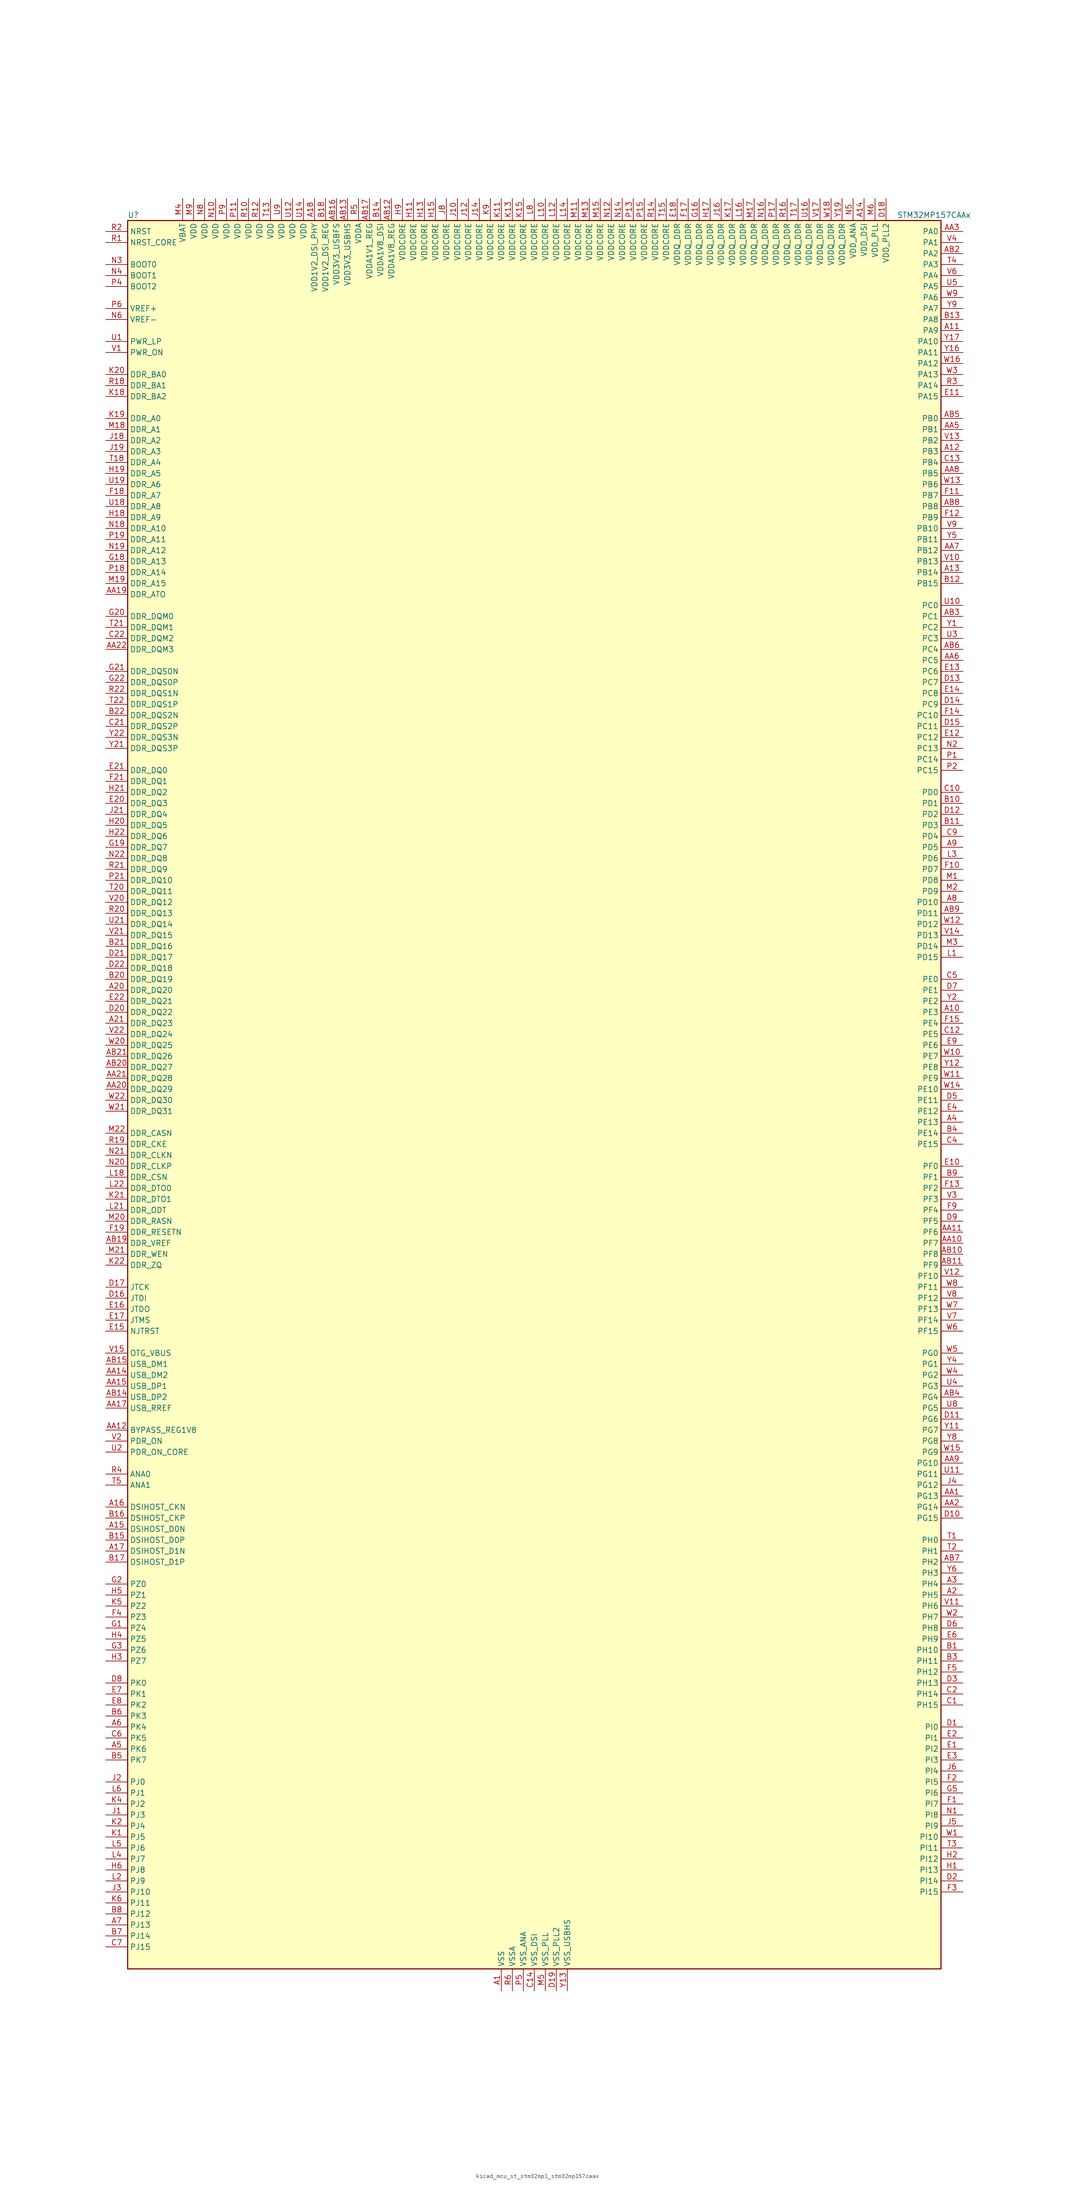
<source format=kicad_sym>
(kicad_symbol_lib
  (version 20220914)
  (generator kicad_symbol_editor)
  (symbol "kicad_mcu_st_stm32mp1_stm32mp157caax"
    (property "Reference" "U"
      (at -93.98 204.47 0)
      (effects (font (size 1.27 1.27)) (justify left)))
    (property "Value" "STM32MP157CAAx"
      (at 83.82 204.47 0)
      (effects (font (size 1.27 1.27)) (justify left)))
    (property "ki_locked" ""
      (at 0 0 0)
      (effects (font (size 1.27 1.27))))
    (symbol "kicad_mcu_st_stm32mp1_stm32mp157caax_0_1"
      (rectangle (start -93.98 -200.66) (end 93.98 203.2) (stroke (width 0.254) (type default)) (fill (type background))))
    (symbol "kicad_mcu_st_stm32mp1_stm32mp157caax_1_1"
      (pin power_in line (at -7.62 -205.74 90) (length 5.08) (name "VSS" (effects (font (size 1.27 1.27)))) (number "A1" (effects (font (size 1.27 1.27)))))
      (pin bidirectional line (at 99.06 20.32 180) (length 5.08) (name "PE3" (effects (font (size 1.27 1.27)))) (number "A10" (effects (font (size 1.27 1.27)))) (alternate "DEBUG_TRACED0" bidirectional line) (alternate "FMC_A19" bidirectional line) (alternate "SAI1_SD_B" bidirectional line) (alternate "SDMMC2_CK" bidirectional line) (alternate "TIM15_BKIN" bidirectional line))
      (pin bidirectional line (at 99.06 177.8 180) (length 5.08) (name "PA9" (effects (font (size 1.27 1.27)))) (number "A11" (effects (font (size 1.27 1.27)))) (alternate "DAC1_EXTI9" bidirectional line) (alternate "DCMI_D0" bidirectional line) (alternate "I2C3_SMBA" bidirectional line) (alternate "I2S2_CK" bidirectional line) (alternate "LTDC_R5" bidirectional line) (alternate "SDMMC2_CDIR" bidirectional line) (alternate "SDMMC2_D5" bidirectional line) (alternate "SPI2_SCK" bidirectional line) (alternate "TIM1_CH2" bidirectional line) (alternate "USART1_TX" bidirectional line))
      (pin bidirectional line (at 99.06 149.86 180) (length 5.08) (name "PB3" (effects (font (size 1.27 1.27)))) (number "A12" (effects (font (size 1.27 1.27)))) (alternate "DEBUG_TRACED9" bidirectional line) (alternate "I2S1_CK" bidirectional line) (alternate "I2S3_CK" bidirectional line) (alternate "SAI4_CK1" bidirectional line) (alternate "SAI4_MCLK_A" bidirectional line) (alternate "SDMMC2_D2" bidirectional line) (alternate "SPI1_SCK" bidirectional line) (alternate "SPI3_SCK" bidirectional line) (alternate "SPI6_SCK" bidirectional line) (alternate "TIM2_CH2" bidirectional line) (alternate "UART7_RX" bidirectional line))
      (pin bidirectional line (at 99.06 121.92 180) (length 5.08) (name "PB14" (effects (font (size 1.27 1.27)))) (number "A13" (effects (font (size 1.27 1.27)))) (alternate "DFSDM1_DATIN2" bidirectional line) (alternate "I2S2_SDI" bidirectional line) (alternate "SDMMC2_D0" bidirectional line) (alternate "SPI2_MISO" bidirectional line) (alternate "TIM12_CH1" bidirectional line) (alternate "TIM1_CH2N" bidirectional line) (alternate "TIM8_CH2N" bidirectional line) (alternate "USART1_TX" bidirectional line) (alternate "USART3_DE" bidirectional line) (alternate "USART3_RTS" bidirectional line))
      (pin power_in line (at 76.2 208.28 270) (length 5.08) (name "VDD_DSI" (effects (font (size 1.27 1.27)))) (number "A14" (effects (font (size 1.27 1.27)))))
      (pin bidirectional line (at -99.06 -99.06 0) (length 5.08) (name "DSIHOST_D0N" (effects (font (size 1.27 1.27)))) (number "A15" (effects (font (size 1.27 1.27)))) (alternate "DSIHOST_D0N" bidirectional line))
      (pin bidirectional line (at -99.06 -93.98 0) (length 5.08) (name "DSIHOST_CKN" (effects (font (size 1.27 1.27)))) (number "A16" (effects (font (size 1.27 1.27)))) (alternate "DSIHOST_CKN" bidirectional line))
      (pin bidirectional line (at -99.06 -104.14 0) (length 5.08) (name "DSIHOST_D1N" (effects (font (size 1.27 1.27)))) (number "A17" (effects (font (size 1.27 1.27)))) (alternate "DSIHOST_D1N" bidirectional line))
      (pin power_in line (at -50.8 208.28 270) (length 5.08) (name "VDD1V2_DSI_PHY" (effects (font (size 1.27 1.27)))) (number "A18" (effects (font (size 1.27 1.27)))))
      (pin passive line (at -7.62 -205.74 90) (length 5.08) hide (name "VSS" (effects (font (size 1.27 1.27)))) (number "A19" (effects (font (size 1.27 1.27)))))
      (pin bidirectional line (at 99.06 -114.3 180) (length 5.08) (name "PH5" (effects (font (size 1.27 1.27)))) (number "A2" (effects (font (size 1.27 1.27)))) (alternate "I2C2_SDA" bidirectional line) (alternate "SAI4_SD_B" bidirectional line) (alternate "SPI5_NSS" bidirectional line))
      (pin bidirectional line (at -99.06 25.4 0) (length 5.08) (name "DDR_DQ20" (effects (font (size 1.27 1.27)))) (number "A20" (effects (font (size 1.27 1.27)))) (alternate "DDR_DQ20" bidirectional line))
      (pin bidirectional line (at -99.06 17.78 0) (length 5.08) (name "DDR_DQ23" (effects (font (size 1.27 1.27)))) (number "A21" (effects (font (size 1.27 1.27)))) (alternate "DDR_DQ23" bidirectional line))
      (pin passive line (at -7.62 -205.74 90) (length 5.08) hide (name "VSS" (effects (font (size 1.27 1.27)))) (number "A22" (effects (font (size 1.27 1.27)))))
      (pin bidirectional line (at 99.06 -111.76 180) (length 5.08) (name "PH4" (effects (font (size 1.27 1.27)))) (number "A3" (effects (font (size 1.27 1.27)))) (alternate "I2C2_SCL" bidirectional line) (alternate "LTDC_G4" bidirectional line) (alternate "LTDC_G5" bidirectional line))
      (pin bidirectional line (at 99.06 -5.08 180) (length 5.08) (name "PE13" (effects (font (size 1.27 1.27)))) (number "A4" (effects (font (size 1.27 1.27)))) (alternate "DCMI_D6" bidirectional line) (alternate "DFSDM1_CKIN5" bidirectional line) (alternate "FMC_D10" bidirectional line) (alternate "FMC_DA10" bidirectional line) (alternate "HDP_HDP2" bidirectional line) (alternate "LTDC_DE" bidirectional line) (alternate "SAI2_FS_B" bidirectional line) (alternate "SPI4_MISO" bidirectional line) (alternate "TIM1_CH3" bidirectional line))
      (pin bidirectional line (at -99.06 -149.86 0) (length 5.08) (name "PK6" (effects (font (size 1.27 1.27)))) (number "A5" (effects (font (size 1.27 1.27)))) (alternate "DEBUG_TRACED7" bidirectional line) (alternate "HDP_HDP7" bidirectional line) (alternate "LTDC_B7" bidirectional line))
      (pin bidirectional line (at -99.06 -144.78 0) (length 5.08) (name "PK4" (effects (font (size 1.27 1.27)))) (number "A6" (effects (font (size 1.27 1.27)))) (alternate "LTDC_B5" bidirectional line))
      (pin bidirectional line (at -99.06 -190.5 0) (length 5.08) (name "PJ13" (effects (font (size 1.27 1.27)))) (number "A7" (effects (font (size 1.27 1.27)))) (alternate "LTDC_B1" bidirectional line) (alternate "LTDC_G4" bidirectional line))
      (pin bidirectional line (at 99.06 45.72 180) (length 5.08) (name "PD10" (effects (font (size 1.27 1.27)))) (number "A8" (effects (font (size 1.27 1.27)))) (alternate "DFSDM1_CKOUT" bidirectional line) (alternate "FMC_D15" bidirectional line) (alternate "FMC_DA15" bidirectional line) (alternate "I2C5_SMBA" bidirectional line) (alternate "I2S3_SDI" bidirectional line) (alternate "LTDC_B3" bidirectional line) (alternate "RTC_REFIN" bidirectional line) (alternate "SAI3_FS_B" bidirectional line) (alternate "SPI3_MISO" bidirectional line) (alternate "TIM16_BKIN" bidirectional line) (alternate "USART3_CK" bidirectional line))
      (pin bidirectional line (at 99.06 58.42 180) (length 5.08) (name "PD5" (effects (font (size 1.27 1.27)))) (number "A9" (effects (font (size 1.27 1.27)))) (alternate "FMC_NWE" bidirectional line) (alternate "SDMMC3_D2" bidirectional line) (alternate "USART2_TX" bidirectional line))
      (pin bidirectional line (at 99.06 -91.44 180) (length 5.08) (name "PG13" (effects (font (size 1.27 1.27)))) (number "AA1" (effects (font (size 1.27 1.27)))) (alternate "DEBUG_TRACED0" bidirectional line) (alternate "ETH1_TXD0" bidirectional line) (alternate "FMC_A24" bidirectional line) (alternate "LPTIM1_OUT" bidirectional line) (alternate "LTDC_R0" bidirectional line) (alternate "SAI1_CK2" bidirectional line) (alternate "SAI1_SCK_A" bidirectional line) (alternate "SAI4_CK1" bidirectional line) (alternate "SAI4_MCLK_A" bidirectional line) (alternate "SPI6_SCK" bidirectional line) (alternate "USART6_CTS" bidirectional line) (alternate "USART6_NSS" bidirectional line))
      (pin bidirectional line (at 99.06 -33.02 180) (length 5.08) (name "PF7" (effects (font (size 1.27 1.27)))) (number "AA10" (effects (font (size 1.27 1.27)))) (alternate "QUADSPI_BK1_IO2" bidirectional line) (alternate "SAI1_MCLK_B" bidirectional line) (alternate "SPI5_SCK" bidirectional line) (alternate "TIM17_CH1" bidirectional line) (alternate "UART7_TX" bidirectional line))
      (pin bidirectional line (at 99.06 -30.48 180) (length 5.08) (name "PF6" (effects (font (size 1.27 1.27)))) (number "AA11" (effects (font (size 1.27 1.27)))) (alternate "QUADSPI_BK1_IO3" bidirectional line) (alternate "SAI1_SD_B" bidirectional line) (alternate "SAI4_SCK_B" bidirectional line) (alternate "SPI5_NSS" bidirectional line) (alternate "TIM16_CH1" bidirectional line) (alternate "UART7_RX" bidirectional line))
      (pin bidirectional line (at -99.06 -76.2 0) (length 5.08) (name "BYPASS_REG1V8" (effects (font (size 1.27 1.27)))) (number "AA12" (effects (font (size 1.27 1.27)))))
      (pin passive line (at 7.62 -205.74 90) (length 5.08) hide (name "VSS_USBHS" (effects (font (size 1.27 1.27)))) (number "AA13" (effects (font (size 1.27 1.27)))))
      (pin bidirectional line (at -99.06 -63.5 0) (length 5.08) (name "USB_DM2" (effects (font (size 1.27 1.27)))) (number "AA14" (effects (font (size 1.27 1.27)))) (alternate "USBH_HS2_DM" bidirectional line) (alternate "USB_OTG_HS_DM" bidirectional line))
      (pin bidirectional line (at -99.06 -66.04 0) (length 5.08) (name "USB_DP1" (effects (font (size 1.27 1.27)))) (number "AA15" (effects (font (size 1.27 1.27)))) (alternate "USBH_HS1_DP" bidirectional line))
      (pin passive line (at 7.62 -205.74 90) (length 5.08) hide (name "VSS_USBHS" (effects (font (size 1.27 1.27)))) (number "AA16" (effects (font (size 1.27 1.27)))))
      (pin bidirectional line (at -99.06 -71.12 0) (length 5.08) (name "USB_RREF" (effects (font (size 1.27 1.27)))) (number "AA17" (effects (font (size 1.27 1.27)))))
      (pin passive line (at -7.62 -205.74 90) (length 5.08) hide (name "VSS" (effects (font (size 1.27 1.27)))) (number "AA18" (effects (font (size 1.27 1.27)))))
      (pin bidirectional line (at -99.06 116.84 0) (length 5.08) (name "DDR_ATO" (effects (font (size 1.27 1.27)))) (number "AA19" (effects (font (size 1.27 1.27)))) (alternate "DDR_ATO" bidirectional line))
      (pin bidirectional line (at 99.06 -93.98 180) (length 5.08) (name "PG14" (effects (font (size 1.27 1.27)))) (number "AA2" (effects (font (size 1.27 1.27)))) (alternate "DEBUG_TRACED1" bidirectional line) (alternate "ETH1_TXD1" bidirectional line) (alternate "FMC_A25" bidirectional line) (alternate "LPTIM1_ETR" bidirectional line) (alternate "LTDC_B0" bidirectional line) (alternate "QUADSPI_BK2_IO3" bidirectional line) (alternate "SAI4_D1" bidirectional line) (alternate "SAI4_SD_A" bidirectional line) (alternate "SPI6_MOSI" bidirectional line) (alternate "USART6_TX" bidirectional line))
      (pin bidirectional line (at -99.06 2.54 0) (length 5.08) (name "DDR_DQ29" (effects (font (size 1.27 1.27)))) (number "AA20" (effects (font (size 1.27 1.27)))) (alternate "DDR_DQ29" bidirectional line))
      (pin bidirectional line (at -99.06 5.08 0) (length 5.08) (name "DDR_DQ28" (effects (font (size 1.27 1.27)))) (number "AA21" (effects (font (size 1.27 1.27)))) (alternate "DDR_DQ28" bidirectional line))
      (pin bidirectional line (at -99.06 104.14 0) (length 5.08) (name "DDR_DQM3" (effects (font (size 1.27 1.27)))) (number "AA22" (effects (font (size 1.27 1.27)))) (alternate "DDR_DQM3" bidirectional line))
      (pin bidirectional line (at 99.06 200.66 180) (length 5.08) (name "PA0" (effects (font (size 1.27 1.27)))) (number "AA3" (effects (font (size 1.27 1.27)))) (alternate "ADC1_INP16" bidirectional line) (alternate "ETH1_CRS" bidirectional line) (alternate "PWR_WKUP1" bidirectional line) (alternate "SAI2_SD_B" bidirectional line) (alternate "SDMMC2_CMD" bidirectional line) (alternate "TIM15_BKIN" bidirectional line) (alternate "TIM2_CH1" bidirectional line) (alternate "TIM2_ETR" bidirectional line) (alternate "TIM5_CH1" bidirectional line) (alternate "TIM8_ETR" bidirectional line) (alternate "UART4_TX" bidirectional line) (alternate "USART2_CTS" bidirectional line) (alternate "USART2_NSS" bidirectional line))
      (pin passive line (at -7.62 -205.74 90) (length 5.08) hide (name "VSS" (effects (font (size 1.27 1.27)))) (number "AA4" (effects (font (size 1.27 1.27)))))
      (pin bidirectional line (at 99.06 154.94 180) (length 5.08) (name "PB1" (effects (font (size 1.27 1.27)))) (number "AA5" (effects (font (size 1.27 1.27)))) (alternate "ADC1_INP5" bidirectional line) (alternate "ADC2_INP5" bidirectional line) (alternate "DFSDM1_DATIN1" bidirectional line) (alternate "ETH1_RXD3" bidirectional line) (alternate "LTDC_G0" bidirectional line) (alternate "LTDC_R6" bidirectional line) (alternate "TIM1_CH3N" bidirectional line) (alternate "TIM3_CH4" bidirectional line) (alternate "TIM8_CH3N" bidirectional line))
      (pin bidirectional line (at 99.06 101.6 180) (length 5.08) (name "PC5" (effects (font (size 1.27 1.27)))) (number "AA6" (effects (font (size 1.27 1.27)))) (alternate "ADC1_INN4" bidirectional line) (alternate "ADC1_INP8" bidirectional line) (alternate "ADC2_INN4" bidirectional line) (alternate "ADC2_INP8" bidirectional line) (alternate "DFSDM1_DATIN2" bidirectional line) (alternate "ETH1_RXD1" bidirectional line) (alternate "SAI1_D3" bidirectional line) (alternate "SAI1_D4" bidirectional line) (alternate "SAI4_D3" bidirectional line) (alternate "SAI4_D4" bidirectional line) (alternate "SPDIFRX_IN3" bidirectional line))
      (pin bidirectional line (at 99.06 127 180) (length 5.08) (name "PB12" (effects (font (size 1.27 1.27)))) (number "AA7" (effects (font (size 1.27 1.27)))) (alternate "DFSDM1_DATIN1" bidirectional line) (alternate "ETH1_TXD0" bidirectional line) (alternate "FDCAN2_RX" bidirectional line) (alternate "I2C2_SMBA" bidirectional line) (alternate "I2C6_SMBA" bidirectional line) (alternate "I2S2_WS" bidirectional line) (alternate "SPI2_NSS" bidirectional line) (alternate "TIM1_BKIN" bidirectional line) (alternate "UART5_RX" bidirectional line) (alternate "USART3_CK" bidirectional line) (alternate "USART3_RX" bidirectional line))
      (pin bidirectional line (at 99.06 144.78 180) (length 5.08) (name "PB5" (effects (font (size 1.27 1.27)))) (number "AA8" (effects (font (size 1.27 1.27)))) (alternate "DCMI_D10" bidirectional line) (alternate "ETH1_CLK" bidirectional line) (alternate "ETH1_PPS_OUT" bidirectional line) (alternate "FDCAN2_RX" bidirectional line) (alternate "I2C1_SMBA" bidirectional line) (alternate "I2C4_SMBA" bidirectional line) (alternate "I2S1_SDO" bidirectional line) (alternate "I2S3_SDO" bidirectional line) (alternate "LTDC_G7" bidirectional line) (alternate "SAI4_D1" bidirectional line) (alternate "SAI4_SD_A" bidirectional line) (alternate "SPI1_MOSI" bidirectional line) (alternate "SPI3_MOSI" bidirectional line) (alternate "SPI6_MOSI" bidirectional line) (alternate "TIM17_BKIN" bidirectional line) (alternate "TIM3_CH2" bidirectional line) (alternate "UART5_RX" bidirectional line))
      (pin bidirectional line (at 99.06 -83.82 180) (length 5.08) (name "PG10" (effects (font (size 1.27 1.27)))) (number "AA9" (effects (font (size 1.27 1.27)))) (alternate "DCMI_D2" bidirectional line) (alternate "DEBUG_TRACED10" bidirectional line) (alternate "FMC_NE3" bidirectional line) (alternate "LTDC_B2" bidirectional line) (alternate "LTDC_G3" bidirectional line) (alternate "QUADSPI_BK2_IO2" bidirectional line) (alternate "SAI2_SD_B" bidirectional line) (alternate "UART8_CTS" bidirectional line))
      (pin passive line (at -7.62 -205.74 90) (length 5.08) hide (name "VSS" (effects (font (size 1.27 1.27)))) (number "AB1" (effects (font (size 1.27 1.27)))))
      (pin bidirectional line (at 99.06 -35.56 180) (length 5.08) (name "PF8" (effects (font (size 1.27 1.27)))) (number "AB10" (effects (font (size 1.27 1.27)))) (alternate "DEBUG_TRACED12" bidirectional line) (alternate "QUADSPI_BK1_IO0" bidirectional line) (alternate "SAI1_SCK_B" bidirectional line) (alternate "SPI5_MISO" bidirectional line) (alternate "TIM13_CH1" bidirectional line) (alternate "TIM16_CH1N" bidirectional line) (alternate "UART7_DE" bidirectional line) (alternate "UART7_RTS" bidirectional line))
      (pin bidirectional line (at 99.06 -38.1 180) (length 5.08) (name "PF9" (effects (font (size 1.27 1.27)))) (number "AB11" (effects (font (size 1.27 1.27)))) (alternate "DAC1_EXTI9" bidirectional line) (alternate "DEBUG_TRACED13" bidirectional line) (alternate "QUADSPI_BK1_IO1" bidirectional line) (alternate "SAI1_FS_B" bidirectional line) (alternate "SPI5_MOSI" bidirectional line) (alternate "TIM14_CH1" bidirectional line) (alternate "TIM17_CH1N" bidirectional line) (alternate "UART7_CTS" bidirectional line))
      (pin power_in line (at -33.02 208.28 270) (length 5.08) (name "VDDA1V8_REG" (effects (font (size 1.27 1.27)))) (number "AB12" (effects (font (size 1.27 1.27)))))
      (pin power_in line (at -43.18 208.28 270) (length 5.08) (name "VDD3V3_USBHS" (effects (font (size 1.27 1.27)))) (number "AB13" (effects (font (size 1.27 1.27)))))
      (pin bidirectional line (at -99.06 -68.58 0) (length 5.08) (name "USB_DP2" (effects (font (size 1.27 1.27)))) (number "AB14" (effects (font (size 1.27 1.27)))) (alternate "USBH_HS2_DP" bidirectional line) (alternate "USB_OTG_HS_DP" bidirectional line))
      (pin bidirectional line (at -99.06 -60.96 0) (length 5.08) (name "USB_DM1" (effects (font (size 1.27 1.27)))) (number "AB15" (effects (font (size 1.27 1.27)))) (alternate "USBH_HS1_DM" bidirectional line))
      (pin power_in line (at -45.72 208.28 270) (length 5.08) (name "VDD3V3_USBFS" (effects (font (size 1.27 1.27)))) (number "AB16" (effects (font (size 1.27 1.27)))))
      (pin power_in line (at -38.1 208.28 270) (length 5.08) (name "VDDA1V1_REG" (effects (font (size 1.27 1.27)))) (number "AB17" (effects (font (size 1.27 1.27)))))
      (pin passive line (at -7.62 -205.74 90) (length 5.08) hide (name "VSS" (effects (font (size 1.27 1.27)))) (number "AB18" (effects (font (size 1.27 1.27)))))
      (pin bidirectional line (at -99.06 -33.02 0) (length 5.08) (name "DDR_VREF" (effects (font (size 1.27 1.27)))) (number "AB19" (effects (font (size 1.27 1.27)))) (alternate "DDR_VREF" bidirectional line))
      (pin bidirectional line (at 99.06 195.58 180) (length 5.08) (name "PA2" (effects (font (size 1.27 1.27)))) (number "AB2" (effects (font (size 1.27 1.27)))) (alternate "ADC1_INP14" bidirectional line) (alternate "ETH1_MDIO" bidirectional line) (alternate "LPTIM4_OUT" bidirectional line) (alternate "LTDC_R1" bidirectional line) (alternate "PWR_WKUP2" bidirectional line) (alternate "SAI2_SCK_B" bidirectional line) (alternate "SDMMC2_D0DIR" bidirectional line) (alternate "TIM15_CH1" bidirectional line) (alternate "TIM2_CH3" bidirectional line) (alternate "TIM5_CH3" bidirectional line) (alternate "USART2_TX" bidirectional line))
      (pin bidirectional line (at -99.06 7.62 0) (length 5.08) (name "DDR_DQ27" (effects (font (size 1.27 1.27)))) (number "AB20" (effects (font (size 1.27 1.27)))) (alternate "DDR_DQ27" bidirectional line))
      (pin bidirectional line (at -99.06 10.16 0) (length 5.08) (name "DDR_DQ26" (effects (font (size 1.27 1.27)))) (number "AB21" (effects (font (size 1.27 1.27)))) (alternate "DDR_DQ26" bidirectional line))
      (pin passive line (at -7.62 -205.74 90) (length 5.08) hide (name "VSS" (effects (font (size 1.27 1.27)))) (number "AB22" (effects (font (size 1.27 1.27)))))
      (pin bidirectional line (at 99.06 111.76 180) (length 5.08) (name "PC1" (effects (font (size 1.27 1.27)))) (number "AB3" (effects (font (size 1.27 1.27)))) (alternate "ADC1_INN10" bidirectional line) (alternate "ADC1_INP11" bidirectional line) (alternate "ADC2_INN10" bidirectional line) (alternate "ADC2_INP11" bidirectional line) (alternate "DEBUG_TRACED0" bidirectional line) (alternate "DFSDM1_CKIN4" bidirectional line) (alternate "DFSDM1_DATIN0" bidirectional line) (alternate "ETH1_MDC" bidirectional line) (alternate "I2S2_SDO" bidirectional line) (alternate "PWR_WKUP6" bidirectional line) (alternate "SAI1_D1" bidirectional line) (alternate "SAI1_SD_A" bidirectional line) (alternate "SDMMC2_CK" bidirectional line) (alternate "SPI2_MOSI" bidirectional line) (alternate "TAMP_IN3" bidirectional line))
      (pin bidirectional line (at 99.06 -68.58 180) (length 5.08) (name "PG4" (effects (font (size 1.27 1.27)))) (number "AB4" (effects (font (size 1.27 1.27)))) (alternate "ETH1_GTX_CLK" bidirectional line) (alternate "FMC_A14" bidirectional line) (alternate "TIM1_BKIN2" bidirectional line))
      (pin bidirectional line (at 99.06 157.48 180) (length 5.08) (name "PB0" (effects (font (size 1.27 1.27)))) (number "AB5" (effects (font (size 1.27 1.27)))) (alternate "ADC1_INN5" bidirectional line) (alternate "ADC1_INP9" bidirectional line) (alternate "ADC2_INN5" bidirectional line) (alternate "ADC2_INP9" bidirectional line) (alternate "DFSDM1_CKOUT" bidirectional line) (alternate "ETH1_RXD2" bidirectional line) (alternate "LTDC_G1" bidirectional line) (alternate "LTDC_R3" bidirectional line) (alternate "TIM1_CH2N" bidirectional line) (alternate "TIM3_CH3" bidirectional line) (alternate "TIM8_CH2N" bidirectional line) (alternate "UART4_CTS" bidirectional line))
      (pin bidirectional line (at 99.06 104.14 180) (length 5.08) (name "PC4" (effects (font (size 1.27 1.27)))) (number "AB6" (effects (font (size 1.27 1.27)))) (alternate "ADC1_INP4" bidirectional line) (alternate "ADC2_INP4" bidirectional line) (alternate "DFSDM1_CKIN2" bidirectional line) (alternate "ETH1_RXD0" bidirectional line) (alternate "I2S1_MCK" bidirectional line) (alternate "SPDIFRX_IN2" bidirectional line))
      (pin bidirectional line (at 99.06 -106.68 180) (length 5.08) (name "PH2" (effects (font (size 1.27 1.27)))) (number "AB7" (effects (font (size 1.27 1.27)))) (alternate "ETH1_CRS" bidirectional line) (alternate "LPTIM1_IN2" bidirectional line) (alternate "LTDC_R0" bidirectional line) (alternate "QUADSPI_BK2_IO0" bidirectional line) (alternate "SAI2_SCK_B" bidirectional line))
      (pin bidirectional line (at 99.06 137.16 180) (length 5.08) (name "PB8" (effects (font (size 1.27 1.27)))) (number "AB8" (effects (font (size 1.27 1.27)))) (alternate "DCMI_D6" bidirectional line) (alternate "DFSDM1_CKIN7" bidirectional line) (alternate "ETH1_TXD3" bidirectional line) (alternate "FDCAN1_RX" bidirectional line) (alternate "HDP_HDP6" bidirectional line) (alternate "I2C1_SCL" bidirectional line) (alternate "I2C4_SCL" bidirectional line) (alternate "LTDC_B6" bidirectional line) (alternate "SDMMC1_CKIN" bidirectional line) (alternate "SDMMC1_D4" bidirectional line) (alternate "SDMMC2_CKIN" bidirectional line) (alternate "SDMMC2_D4" bidirectional line) (alternate "TIM16_CH1" bidirectional line) (alternate "TIM4_CH3" bidirectional line) (alternate "UART4_RX" bidirectional line))
      (pin bidirectional line (at 99.06 43.18 180) (length 5.08) (name "PD11" (effects (font (size 1.27 1.27)))) (number "AB9" (effects (font (size 1.27 1.27)))) (alternate "ADC1_EXTI11" bidirectional line) (alternate "ADC2_EXTI11" bidirectional line) (alternate "FMC_A16" bidirectional line) (alternate "FMC_CLE" bidirectional line) (alternate "I2C1_SMBA" bidirectional line) (alternate "I2C4_SMBA" bidirectional line) (alternate "LPTIM2_IN2" bidirectional line) (alternate "QUADSPI_BK1_IO0" bidirectional line) (alternate "SAI2_SD_A" bidirectional line) (alternate "USART3_CTS" bidirectional line) (alternate "USART3_NSS" bidirectional line))
      (pin bidirectional line (at 99.06 -127 180) (length 5.08) (name "PH10" (effects (font (size 1.27 1.27)))) (number "B1" (effects (font (size 1.27 1.27)))) (alternate "DCMI_D1" bidirectional line) (alternate "I2C1_SMBA" bidirectional line) (alternate "I2C4_SMBA" bidirectional line) (alternate "LTDC_R4" bidirectional line) (alternate "TIM5_CH1" bidirectional line))
      (pin bidirectional line (at 99.06 68.58 180) (length 5.08) (name "PD1" (effects (font (size 1.27 1.27)))) (number "B10" (effects (font (size 1.27 1.27)))) (alternate "DFSDM1_CKIN7" bidirectional line) (alternate "DFSDM1_DATIN6" bidirectional line) (alternate "FDCAN1_TX" bidirectional line) (alternate "FMC_D3" bidirectional line) (alternate "FMC_DA3" bidirectional line) (alternate "I2C5_SCL" bidirectional line) (alternate "I2C6_SCL" bidirectional line) (alternate "SAI3_SD_A" bidirectional line) (alternate "SDMMC3_D0" bidirectional line) (alternate "UART4_TX" bidirectional line))
      (pin bidirectional line (at 99.06 63.5 180) (length 5.08) (name "PD3" (effects (font (size 1.27 1.27)))) (number "B11" (effects (font (size 1.27 1.27)))) (alternate "DCMI_D5" bidirectional line) (alternate "DFSDM1_CKOUT" bidirectional line) (alternate "DFSDM1_DATIN0" bidirectional line) (alternate "FMC_CLK" bidirectional line) (alternate "HDP_HDP5" bidirectional line) (alternate "I2S2_CK" bidirectional line) (alternate "LTDC_G7" bidirectional line) (alternate "SDMMC1_D123DIR" bidirectional line) (alternate "SDMMC1_D7" bidirectional line) (alternate "SDMMC2_D123DIR" bidirectional line) (alternate "SDMMC2_D7" bidirectional line) (alternate "SPI2_SCK" bidirectional line) (alternate "USART2_CTS" bidirectional line) (alternate "USART2_NSS" bidirectional line))
      (pin bidirectional line (at 99.06 119.38 180) (length 5.08) (name "PB15" (effects (font (size 1.27 1.27)))) (number "B12" (effects (font (size 1.27 1.27)))) (alternate "ADC1_EXTI15" bidirectional line) (alternate "ADC2_EXTI15" bidirectional line) (alternate "DFSDM1_CKIN2" bidirectional line) (alternate "I2S2_SDO" bidirectional line) (alternate "RTC_REFIN" bidirectional line) (alternate "SDMMC2_D1" bidirectional line) (alternate "SPI2_MOSI" bidirectional line) (alternate "TIM12_CH2" bidirectional line) (alternate "TIM1_CH3N" bidirectional line) (alternate "TIM8_CH3N" bidirectional line) (alternate "USART1_RX" bidirectional line))
      (pin bidirectional line (at 99.06 180.34 180) (length 5.08) (name "PA8" (effects (font (size 1.27 1.27)))) (number "B13" (effects (font (size 1.27 1.27)))) (alternate "I2C3_SCL" bidirectional line) (alternate "I2S3_SDO" bidirectional line) (alternate "LTDC_R6" bidirectional line) (alternate "RCC_MCO_1" bidirectional line) (alternate "SAI4_SD_B" bidirectional line) (alternate "SDMMC2_CKIN" bidirectional line) (alternate "SDMMC2_D4" bidirectional line) (alternate "SPI3_MOSI" bidirectional line) (alternate "TIM1_CH1" bidirectional line) (alternate "TIM8_BKIN2" bidirectional line) (alternate "UART7_RX" bidirectional line) (alternate "USART1_CK" bidirectional line) (alternate "USB_OTG_HS_SOF" bidirectional line))
      (pin power_in line (at -35.56 208.28 270) (length 5.08) (name "VDDA1V8_DSI" (effects (font (size 1.27 1.27)))) (number "B14" (effects (font (size 1.27 1.27)))))
      (pin bidirectional line (at -99.06 -101.6 0) (length 5.08) (name "DSIHOST_D0P" (effects (font (size 1.27 1.27)))) (number "B15" (effects (font (size 1.27 1.27)))) (alternate "DSIHOST_D0P" bidirectional line))
      (pin bidirectional line (at -99.06 -96.52 0) (length 5.08) (name "DSIHOST_CKP" (effects (font (size 1.27 1.27)))) (number "B16" (effects (font (size 1.27 1.27)))) (alternate "DSIHOST_CKP" bidirectional line))
      (pin bidirectional line (at -99.06 -106.68 0) (length 5.08) (name "DSIHOST_D1P" (effects (font (size 1.27 1.27)))) (number "B17" (effects (font (size 1.27 1.27)))) (alternate "DSIHOST_D1P" bidirectional line))
      (pin power_in line (at -48.26 208.28 270) (length 5.08) (name "VDD1V2_DSI_REG" (effects (font (size 1.27 1.27)))) (number "B18" (effects (font (size 1.27 1.27)))))
      (pin passive line (at -7.62 -205.74 90) (length 5.08) hide (name "VSS" (effects (font (size 1.27 1.27)))) (number "B19" (effects (font (size 1.27 1.27)))))
      (pin passive line (at -7.62 -205.74 90) (length 5.08) hide (name "VSS" (effects (font (size 1.27 1.27)))) (number "B2" (effects (font (size 1.27 1.27)))))
      (pin bidirectional line (at -99.06 27.94 0) (length 5.08) (name "DDR_DQ19" (effects (font (size 1.27 1.27)))) (number "B20" (effects (font (size 1.27 1.27)))) (alternate "DDR_DQ19" bidirectional line))
      (pin bidirectional line (at -99.06 35.56 0) (length 5.08) (name "DDR_DQ16" (effects (font (size 1.27 1.27)))) (number "B21" (effects (font (size 1.27 1.27)))) (alternate "DDR_DQ16" bidirectional line))
      (pin bidirectional line (at -99.06 88.9 0) (length 5.08) (name "DDR_DQS2N" (effects (font (size 1.27 1.27)))) (number "B22" (effects (font (size 1.27 1.27)))) (alternate "DDR_DQS2N" bidirectional line))
      (pin bidirectional line (at 99.06 -129.54 180) (length 5.08) (name "PH11" (effects (font (size 1.27 1.27)))) (number "B3" (effects (font (size 1.27 1.27)))) (alternate "ADC1_EXTI11" bidirectional line) (alternate "ADC2_EXTI11" bidirectional line) (alternate "DCMI_D2" bidirectional line) (alternate "I2C1_SCL" bidirectional line) (alternate "I2C4_SCL" bidirectional line) (alternate "LTDC_R5" bidirectional line) (alternate "TIM5_CH2" bidirectional line))
      (pin bidirectional line (at 99.06 -7.62 180) (length 5.08) (name "PE14" (effects (font (size 1.27 1.27)))) (number "B4" (effects (font (size 1.27 1.27)))) (alternate "FMC_D11" bidirectional line) (alternate "FMC_DA11" bidirectional line) (alternate "LTDC_CLK" bidirectional line) (alternate "LTDC_G0" bidirectional line) (alternate "SAI2_MCLK_B" bidirectional line) (alternate "SDMMC1_D123DIR" bidirectional line) (alternate "SPI4_MOSI" bidirectional line) (alternate "TIM1_CH4" bidirectional line) (alternate "UART8_DE" bidirectional line) (alternate "UART8_RTS" bidirectional line))
      (pin bidirectional line (at -99.06 -152.4 0) (length 5.08) (name "PK7" (effects (font (size 1.27 1.27)))) (number "B5" (effects (font (size 1.27 1.27)))) (alternate "LTDC_DE" bidirectional line))
      (pin bidirectional line (at -99.06 -142.24 0) (length 5.08) (name "PK3" (effects (font (size 1.27 1.27)))) (number "B6" (effects (font (size 1.27 1.27)))) (alternate "LTDC_B4" bidirectional line))
      (pin bidirectional line (at -99.06 -193.04 0) (length 5.08) (name "PJ14" (effects (font (size 1.27 1.27)))) (number "B7" (effects (font (size 1.27 1.27)))) (alternate "LTDC_B2" bidirectional line))
      (pin bidirectional line (at -99.06 -187.96 0) (length 5.08) (name "PJ12" (effects (font (size 1.27 1.27)))) (number "B8" (effects (font (size 1.27 1.27)))) (alternate "LTDC_B0" bidirectional line) (alternate "LTDC_G3" bidirectional line))
      (pin bidirectional line (at 99.06 -17.78 180) (length 5.08) (name "PF1" (effects (font (size 1.27 1.27)))) (number "B9" (effects (font (size 1.27 1.27)))) (alternate "FMC_A1" bidirectional line) (alternate "I2C2_SCL" bidirectional line) (alternate "SDMMC3_CDIR" bidirectional line) (alternate "SDMMC3_CMD" bidirectional line))
      (pin bidirectional line (at 99.06 -139.7 180) (length 5.08) (name "PH15" (effects (font (size 1.27 1.27)))) (number "C1" (effects (font (size 1.27 1.27)))) (alternate "ADC1_EXTI15" bidirectional line) (alternate "ADC2_EXTI15" bidirectional line) (alternate "DCMI_D11" bidirectional line) (alternate "LTDC_G4" bidirectional line) (alternate "TIM8_CH3N" bidirectional line))
      (pin bidirectional line (at 99.06 71.12 180) (length 5.08) (name "PD0" (effects (font (size 1.27 1.27)))) (number "C10" (effects (font (size 1.27 1.27)))) (alternate "DFSDM1_CKIN6" bidirectional line) (alternate "DFSDM1_DATIN7" bidirectional line) (alternate "FDCAN1_RX" bidirectional line) (alternate "FMC_D2" bidirectional line) (alternate "FMC_DA2" bidirectional line) (alternate "I2C5_SDA" bidirectional line) (alternate "I2C6_SDA" bidirectional line) (alternate "SAI3_SCK_A" bidirectional line) (alternate "SDMMC3_CMD" bidirectional line) (alternate "UART4_RX" bidirectional line))
      (pin passive line (at -7.62 -205.74 90) (length 5.08) hide (name "VSS" (effects (font (size 1.27 1.27)))) (number "C11" (effects (font (size 1.27 1.27)))))
      (pin bidirectional line (at 99.06 15.24 180) (length 5.08) (name "PE5" (effects (font (size 1.27 1.27)))) (number "C12" (effects (font (size 1.27 1.27)))) (alternate "DCMI_D6" bidirectional line) (alternate "DEBUG_TRACED3" bidirectional line) (alternate "DFSDM1_CKIN3" bidirectional line) (alternate "FMC_A21" bidirectional line) (alternate "LTDC_G0" bidirectional line) (alternate "SAI1_CK2" bidirectional line) (alternate "SAI1_SCK_A" bidirectional line) (alternate "SDMMC1_D0DIR" bidirectional line) (alternate "SDMMC1_D6" bidirectional line) (alternate "SDMMC2_D0DIR" bidirectional line) (alternate "SDMMC2_D6" bidirectional line) (alternate "SPI4_MISO" bidirectional line) (alternate "TIM15_CH1" bidirectional line))
      (pin bidirectional line (at 99.06 147.32 180) (length 5.08) (name "PB4" (effects (font (size 1.27 1.27)))) (number "C13" (effects (font (size 1.27 1.27)))) (alternate "DEBUG_TRACED8" bidirectional line) (alternate "I2S1_SDI" bidirectional line) (alternate "I2S2_WS" bidirectional line) (alternate "I2S3_SDI" bidirectional line) (alternate "SAI4_CK2" bidirectional line) (alternate "SAI4_SCK_A" bidirectional line) (alternate "SDMMC2_D3" bidirectional line) (alternate "SPI1_MISO" bidirectional line) (alternate "SPI2_NSS" bidirectional line) (alternate "SPI3_MISO" bidirectional line) (alternate "SPI6_MISO" bidirectional line) (alternate "TIM16_BKIN" bidirectional line) (alternate "TIM3_CH1" bidirectional line) (alternate "UART7_TX" bidirectional line))
      (pin power_in line (at 0 -205.74 90) (length 5.08) (name "VSS_DSI" (effects (font (size 1.27 1.27)))) (number "C14" (effects (font (size 1.27 1.27)))))
      (pin passive line (at 0 -205.74 90) (length 5.08) hide (name "VSS_DSI" (effects (font (size 1.27 1.27)))) (number "C15" (effects (font (size 1.27 1.27)))))
      (pin passive line (at 0 -205.74 90) (length 5.08) hide (name "VSS_DSI" (effects (font (size 1.27 1.27)))) (number "C16" (effects (font (size 1.27 1.27)))))
      (pin passive line (at 0 -205.74 90) (length 5.08) hide (name "VSS_DSI" (effects (font (size 1.27 1.27)))) (number "C17" (effects (font (size 1.27 1.27)))))
      (pin passive line (at 0 -205.74 90) (length 5.08) hide (name "VSS_DSI" (effects (font (size 1.27 1.27)))) (number "C18" (effects (font (size 1.27 1.27)))))
      (pin passive line (at -7.62 -205.74 90) (length 5.08) hide (name "VSS" (effects (font (size 1.27 1.27)))) (number "C19" (effects (font (size 1.27 1.27)))))
      (pin bidirectional line (at 99.06 -137.16 180) (length 5.08) (name "PH14" (effects (font (size 1.27 1.27)))) (number "C2" (effects (font (size 1.27 1.27)))) (alternate "DCMI_D4" bidirectional line) (alternate "FDCAN1_RX" bidirectional line) (alternate "LTDC_G3" bidirectional line) (alternate "TIM8_CH2N" bidirectional line) (alternate "UART4_RX" bidirectional line))
      (pin passive line (at -7.62 -205.74 90) (length 5.08) hide (name "VSS" (effects (font (size 1.27 1.27)))) (number "C20" (effects (font (size 1.27 1.27)))))
      (pin bidirectional line (at -99.06 86.36 0) (length 5.08) (name "DDR_DQS2P" (effects (font (size 1.27 1.27)))) (number "C21" (effects (font (size 1.27 1.27)))) (alternate "DDR_DQS2P" bidirectional line))
      (pin bidirectional line (at -99.06 106.68 0) (length 5.08) (name "DDR_DQM2" (effects (font (size 1.27 1.27)))) (number "C22" (effects (font (size 1.27 1.27)))) (alternate "DDR_DQM2" bidirectional line))
      (pin passive line (at -7.62 -205.74 90) (length 5.08) hide (name "VSS" (effects (font (size 1.27 1.27)))) (number "C3" (effects (font (size 1.27 1.27)))))
      (pin bidirectional line (at 99.06 -10.16 180) (length 5.08) (name "PE15" (effects (font (size 1.27 1.27)))) (number "C4" (effects (font (size 1.27 1.27)))) (alternate "ADC1_EXTI15" bidirectional line) (alternate "ADC2_EXTI15" bidirectional line) (alternate "FMC_D12" bidirectional line) (alternate "FMC_DA12" bidirectional line) (alternate "FMC_NCE2" bidirectional line) (alternate "HDP_HDP3" bidirectional line) (alternate "LTDC_R7" bidirectional line) (alternate "TIM15_BKIN" bidirectional line) (alternate "TIM1_BKIN" bidirectional line) (alternate "UART8_CTS" bidirectional line) (alternate "USART2_CTS" bidirectional line) (alternate "USART2_NSS" bidirectional line))
      (pin bidirectional line (at 99.06 27.94 180) (length 5.08) (name "PE0" (effects (font (size 1.27 1.27)))) (number "C5" (effects (font (size 1.27 1.27)))) (alternate "DCMI_D2" bidirectional line) (alternate "FMC_NBL0" bidirectional line) (alternate "I2S3_CK" bidirectional line) (alternate "LPTIM1_ETR" bidirectional line) (alternate "LPTIM2_ETR" bidirectional line) (alternate "SAI2_MCLK_A" bidirectional line) (alternate "SAI4_MCLK_B" bidirectional line) (alternate "SPI3_SCK" bidirectional line) (alternate "TIM4_ETR" bidirectional line) (alternate "UART8_RX" bidirectional line))
      (pin bidirectional line (at -99.06 -147.32 0) (length 5.08) (name "PK5" (effects (font (size 1.27 1.27)))) (number "C6" (effects (font (size 1.27 1.27)))) (alternate "DEBUG_TRACED6" bidirectional line) (alternate "HDP_HDP6" bidirectional line) (alternate "LTDC_B6" bidirectional line))
      (pin bidirectional line (at -99.06 -195.58 0) (length 5.08) (name "PJ15" (effects (font (size 1.27 1.27)))) (number "C7" (effects (font (size 1.27 1.27)))) (alternate "ADC1_EXTI15" bidirectional line) (alternate "ADC2_EXTI15" bidirectional line) (alternate "LTDC_B3" bidirectional line))
      (pin passive line (at -7.62 -205.74 90) (length 5.08) hide (name "VSS" (effects (font (size 1.27 1.27)))) (number "C8" (effects (font (size 1.27 1.27)))))
      (pin bidirectional line (at 99.06 60.96 180) (length 5.08) (name "PD4" (effects (font (size 1.27 1.27)))) (number "C9" (effects (font (size 1.27 1.27)))) (alternate "DFSDM1_CKIN0" bidirectional line) (alternate "FMC_NOE" bidirectional line) (alternate "SAI3_FS_A" bidirectional line) (alternate "SDMMC3_D1" bidirectional line) (alternate "USART2_DE" bidirectional line) (alternate "USART2_RTS" bidirectional line))
      (pin bidirectional line (at 99.06 -144.78 180) (length 5.08) (name "PI0" (effects (font (size 1.27 1.27)))) (number "D1" (effects (font (size 1.27 1.27)))) (alternate "DCMI_D13" bidirectional line) (alternate "I2S2_WS" bidirectional line) (alternate "LTDC_G5" bidirectional line) (alternate "SPI2_NSS" bidirectional line) (alternate "TIM5_CH4" bidirectional line))
      (pin bidirectional line (at 99.06 -96.52 180) (length 5.08) (name "PG15" (effects (font (size 1.27 1.27)))) (number "D10" (effects (font (size 1.27 1.27)))) (alternate "ADC1_EXTI15" bidirectional line) (alternate "ADC2_EXTI15" bidirectional line) (alternate "DCMI_D13" bidirectional line) (alternate "DEBUG_TRACED7" bidirectional line) (alternate "I2C2_SDA" bidirectional line) (alternate "SAI1_D2" bidirectional line) (alternate "SAI1_FS_A" bidirectional line) (alternate "SDMMC3_CK" bidirectional line) (alternate "USART6_CTS" bidirectional line) (alternate "USART6_NSS" bidirectional line))
      (pin bidirectional line (at 99.06 -73.66 180) (length 5.08) (name "PG6" (effects (font (size 1.27 1.27)))) (number "D11" (effects (font (size 1.27 1.27)))) (alternate "DCMI_D12" bidirectional line) (alternate "DEBUG_TRACED14" bidirectional line) (alternate "LTDC_R7" bidirectional line) (alternate "SDMMC2_CMD" bidirectional line) (alternate "TIM17_BKIN" bidirectional line))
      (pin bidirectional line (at 99.06 66.04 180) (length 5.08) (name "PD2" (effects (font (size 1.27 1.27)))) (number "D12" (effects (font (size 1.27 1.27)))) (alternate "DCMI_D11" bidirectional line) (alternate "I2C5_SMBA" bidirectional line) (alternate "SDMMC1_CMD" bidirectional line) (alternate "TIM3_ETR" bidirectional line) (alternate "UART4_RX" bidirectional line) (alternate "UART5_RX" bidirectional line))
      (pin bidirectional line (at 99.06 96.52 180) (length 5.08) (name "PC7" (effects (font (size 1.27 1.27)))) (number "D13" (effects (font (size 1.27 1.27)))) (alternate "DCMI_D1" bidirectional line) (alternate "DFSDM1_DATIN3" bidirectional line) (alternate "HDP_HDP4" bidirectional line) (alternate "I2S3_MCK" bidirectional line) (alternate "LTDC_G6" bidirectional line) (alternate "SDMMC1_D123DIR" bidirectional line) (alternate "SDMMC1_D7" bidirectional line) (alternate "SDMMC2_D123DIR" bidirectional line) (alternate "SDMMC2_D7" bidirectional line) (alternate "TIM3_CH2" bidirectional line) (alternate "TIM8_CH2" bidirectional line) (alternate "USART6_RX" bidirectional line))
      (pin bidirectional line (at 99.06 91.44 180) (length 5.08) (name "PC9" (effects (font (size 1.27 1.27)))) (number "D14" (effects (font (size 1.27 1.27)))) (alternate "DAC1_EXTI9" bidirectional line) (alternate "DCMI_D3" bidirectional line) (alternate "DEBUG_TRACED1" bidirectional line) (alternate "I2C3_SDA" bidirectional line) (alternate "I2S_CKIN" bidirectional line) (alternate "LTDC_B2" bidirectional line) (alternate "QUADSPI_BK1_IO0" bidirectional line) (alternate "SDMMC1_D1" bidirectional line) (alternate "TIM3_CH4" bidirectional line) (alternate "TIM8_CH4" bidirectional line) (alternate "UART5_CTS" bidirectional line))
      (pin bidirectional line (at 99.06 86.36 180) (length 5.08) (name "PC11" (effects (font (size 1.27 1.27)))) (number "D15" (effects (font (size 1.27 1.27)))) (alternate "ADC1_EXTI11" bidirectional line) (alternate "ADC2_EXTI11" bidirectional line) (alternate "DCMI_D4" bidirectional line) (alternate "DEBUG_TRACED3" bidirectional line) (alternate "DFSDM1_DATIN5" bidirectional line) (alternate "I2S3_SDI" bidirectional line) (alternate "QUADSPI_BK2_NCS" bidirectional line) (alternate "SAI4_SCK_B" bidirectional line) (alternate "SDMMC1_D3" bidirectional line) (alternate "SPI3_MISO" bidirectional line) (alternate "UART4_RX" bidirectional line) (alternate "USART3_RX" bidirectional line))
      (pin bidirectional line (at -99.06 -45.72 0) (length 5.08) (name "JTDI" (effects (font (size 1.27 1.27)))) (number "D16" (effects (font (size 1.27 1.27)))) (alternate "DEBUG_JTDI" bidirectional line))
      (pin bidirectional line (at -99.06 -43.18 0) (length 5.08) (name "JTCK" (effects (font (size 1.27 1.27)))) (number "D17" (effects (font (size 1.27 1.27)))) (alternate "DEBUG_JTCK-SWCLK" bidirectional line))
      (pin power_in line (at 81.28 208.28 270) (length 5.08) (name "VDD_PLL2" (effects (font (size 1.27 1.27)))) (number "D18" (effects (font (size 1.27 1.27)))))
      (pin power_in line (at 5.08 -205.74 90) (length 5.08) (name "VSS_PLL2" (effects (font (size 1.27 1.27)))) (number "D19" (effects (font (size 1.27 1.27)))))
      (pin bidirectional line (at 99.06 -180.34 180) (length 5.08) (name "PI14" (effects (font (size 1.27 1.27)))) (number "D2" (effects (font (size 1.27 1.27)))) (alternate "DEBUG_TRACECLK" bidirectional line) (alternate "LTDC_CLK" bidirectional line))
      (pin bidirectional line (at -99.06 20.32 0) (length 5.08) (name "DDR_DQ22" (effects (font (size 1.27 1.27)))) (number "D20" (effects (font (size 1.27 1.27)))) (alternate "DDR_DQ22" bidirectional line))
      (pin bidirectional line (at -99.06 33.02 0) (length 5.08) (name "DDR_DQ17" (effects (font (size 1.27 1.27)))) (number "D21" (effects (font (size 1.27 1.27)))) (alternate "DDR_DQ17" bidirectional line))
      (pin bidirectional line (at -99.06 30.48 0) (length 5.08) (name "DDR_DQ18" (effects (font (size 1.27 1.27)))) (number "D22" (effects (font (size 1.27 1.27)))) (alternate "DDR_DQ18" bidirectional line))
      (pin bidirectional line (at 99.06 -134.62 180) (length 5.08) (name "PH13" (effects (font (size 1.27 1.27)))) (number "D3" (effects (font (size 1.27 1.27)))) (alternate "FDCAN1_TX" bidirectional line) (alternate "LTDC_G2" bidirectional line) (alternate "TIM8_CH1N" bidirectional line) (alternate "UART4_TX" bidirectional line))
      (pin passive line (at -7.62 -205.74 90) (length 5.08) hide (name "VSS" (effects (font (size 1.27 1.27)))) (number "D4" (effects (font (size 1.27 1.27)))))
      (pin bidirectional line (at 99.06 0 180) (length 5.08) (name "PE11" (effects (font (size 1.27 1.27)))) (number "D5" (effects (font (size 1.27 1.27)))) (alternate "ADC1_EXTI11" bidirectional line) (alternate "ADC2_EXTI11" bidirectional line) (alternate "DCMI_D4" bidirectional line) (alternate "DFSDM1_CKIN4" bidirectional line) (alternate "FMC_D8" bidirectional line) (alternate "FMC_DA8" bidirectional line) (alternate "LTDC_G3" bidirectional line) (alternate "SAI2_SD_B" bidirectional line) (alternate "SPI4_NSS" bidirectional line) (alternate "TIM1_CH2" bidirectional line) (alternate "USART6_CK" bidirectional line))
      (pin bidirectional line (at 99.06 -121.92 180) (length 5.08) (name "PH8" (effects (font (size 1.27 1.27)))) (number "D6" (effects (font (size 1.27 1.27)))) (alternate "DCMI_HSYNC" bidirectional line) (alternate "I2C3_SDA" bidirectional line) (alternate "LTDC_R2" bidirectional line) (alternate "TIM5_ETR" bidirectional line))
      (pin bidirectional line (at 99.06 25.4 180) (length 5.08) (name "PE1" (effects (font (size 1.27 1.27)))) (number "D7" (effects (font (size 1.27 1.27)))) (alternate "DCMI_D3" bidirectional line) (alternate "FMC_NBL1" bidirectional line) (alternate "I2S2_MCK" bidirectional line) (alternate "LPTIM1_IN2" bidirectional line) (alternate "SAI3_SD_B" bidirectional line) (alternate "UART8_TX" bidirectional line))
      (pin bidirectional line (at -99.06 -134.62 0) (length 5.08) (name "PK0" (effects (font (size 1.27 1.27)))) (number "D8" (effects (font (size 1.27 1.27)))) (alternate "LTDC_G5" bidirectional line) (alternate "SPI5_SCK" bidirectional line) (alternate "TIM1_CH1N" bidirectional line) (alternate "TIM8_CH3" bidirectional line))
      (pin bidirectional line (at 99.06 -27.94 180) (length 5.08) (name "PF5" (effects (font (size 1.27 1.27)))) (number "D9" (effects (font (size 1.27 1.27)))) (alternate "FMC_A5" bidirectional line) (alternate "SDMMC3_D2" bidirectional line) (alternate "USART2_TX" bidirectional line))
      (pin bidirectional line (at 99.06 -149.86 180) (length 5.08) (name "PI2" (effects (font (size 1.27 1.27)))) (number "E1" (effects (font (size 1.27 1.27)))) (alternate "DCMI_D9" bidirectional line) (alternate "I2S2_SDI" bidirectional line) (alternate "LTDC_G7" bidirectional line) (alternate "SPI2_MISO" bidirectional line) (alternate "TIM8_CH4" bidirectional line))
      (pin bidirectional line (at 99.06 -15.24 180) (length 5.08) (name "PF0" (effects (font (size 1.27 1.27)))) (number "E10" (effects (font (size 1.27 1.27)))) (alternate "FMC_A0" bidirectional line) (alternate "I2C2_SDA" bidirectional line) (alternate "SDMMC3_CKIN" bidirectional line) (alternate "SDMMC3_D0" bidirectional line))
      (pin bidirectional line (at 99.06 162.56 180) (length 5.08) (name "PA15" (effects (font (size 1.27 1.27)))) (number "E11" (effects (font (size 1.27 1.27)))) (alternate "ADC1_EXTI15" bidirectional line) (alternate "ADC2_EXTI15" bidirectional line) (alternate "CEC" bidirectional line) (alternate "DEBUG_DBTRGI" bidirectional line) (alternate "I2S1_WS" bidirectional line) (alternate "I2S3_WS" bidirectional line) (alternate "LTDC_R1" bidirectional line) (alternate "SAI4_D2" bidirectional line) (alternate "SAI4_FS_A" bidirectional line) (alternate "SDMMC1_CDIR" bidirectional line) (alternate "SDMMC1_D5" bidirectional line) (alternate "SDMMC2_CDIR" bidirectional line) (alternate "SDMMC2_D5" bidirectional line) (alternate "SPI1_NSS" bidirectional line) (alternate "SPI3_NSS" bidirectional line) (alternate "SPI6_NSS" bidirectional line) (alternate "TIM2_CH1" bidirectional line) (alternate "TIM2_ETR" bidirectional line) (alternate "UART4_DE" bidirectional line) (alternate "UART4_RTS" bidirectional line) (alternate "UART7_TX" bidirectional line))
      (pin bidirectional line (at 99.06 83.82 180) (length 5.08) (name "PC12" (effects (font (size 1.27 1.27)))) (number "E12" (effects (font (size 1.27 1.27)))) (alternate "DCMI_D9" bidirectional line) (alternate "DEBUG_TRACECLK" bidirectional line) (alternate "I2S3_SDO" bidirectional line) (alternate "RCC_MCO_2" bidirectional line) (alternate "SAI4_D3" bidirectional line) (alternate "SAI4_SD_B" bidirectional line) (alternate "SDMMC1_CK" bidirectional line) (alternate "SPI3_MOSI" bidirectional line) (alternate "UART5_TX" bidirectional line) (alternate "USART3_CK" bidirectional line))
      (pin bidirectional line (at 99.06 99.06 180) (length 5.08) (name "PC6" (effects (font (size 1.27 1.27)))) (number "E13" (effects (font (size 1.27 1.27)))) (alternate "DCMI_D0" bidirectional line) (alternate "DFSDM1_CKIN3" bidirectional line) (alternate "DSIHOST_TE" bidirectional line) (alternate "HDP_HDP1" bidirectional line) (alternate "I2S2_MCK" bidirectional line) (alternate "LTDC_HSYNC" bidirectional line) (alternate "SDMMC1_D0DIR" bidirectional line) (alternate "SDMMC1_D6" bidirectional line) (alternate "SDMMC2_D0DIR" bidirectional line) (alternate "SDMMC2_D6" bidirectional line) (alternate "TIM3_CH1" bidirectional line) (alternate "TIM8_CH1" bidirectional line) (alternate "USART6_TX" bidirectional line))
      (pin bidirectional line (at 99.06 93.98 180) (length 5.08) (name "PC8" (effects (font (size 1.27 1.27)))) (number "E14" (effects (font (size 1.27 1.27)))) (alternate "DCMI_D2" bidirectional line) (alternate "DEBUG_TRACED0" bidirectional line) (alternate "SDMMC1_D0" bidirectional line) (alternate "TIM3_CH3" bidirectional line) (alternate "TIM8_CH3" bidirectional line) (alternate "UART4_TX" bidirectional line) (alternate "UART5_DE" bidirectional line) (alternate "UART5_RTS" bidirectional line) (alternate "USART6_CK" bidirectional line))
      (pin bidirectional line (at -99.06 -53.34 0) (length 5.08) (name "NJTRST" (effects (font (size 1.27 1.27)))) (number "E15" (effects (font (size 1.27 1.27)))) (alternate "DEBUG_JTRST" bidirectional line))
      (pin bidirectional line (at -99.06 -48.26 0) (length 5.08) (name "JTDO" (effects (font (size 1.27 1.27)))) (number "E16" (effects (font (size 1.27 1.27)))) (alternate "DEBUG_JTDO-SWO" bidirectional line))
      (pin bidirectional line (at -99.06 -50.8 0) (length 5.08) (name "JTMS" (effects (font (size 1.27 1.27)))) (number "E17" (effects (font (size 1.27 1.27)))) (alternate "DEBUG_JTMS-SWDIO" bidirectional line))
      (pin power_in line (at 33.02 208.28 270) (length 5.08) (name "VDDQ_DDR" (effects (font (size 1.27 1.27)))) (number "E18" (effects (font (size 1.27 1.27)))))
      (pin passive line (at -7.62 -205.74 90) (length 5.08) hide (name "VSS" (effects (font (size 1.27 1.27)))) (number "E19" (effects (font (size 1.27 1.27)))))
      (pin bidirectional line (at 99.06 -147.32 180) (length 5.08) (name "PI1" (effects (font (size 1.27 1.27)))) (number "E2" (effects (font (size 1.27 1.27)))) (alternate "DCMI_D8" bidirectional line) (alternate "I2S2_CK" bidirectional line) (alternate "LTDC_G6" bidirectional line) (alternate "SPI2_SCK" bidirectional line) (alternate "TIM8_BKIN2" bidirectional line))
      (pin bidirectional line (at -99.06 68.58 0) (length 5.08) (name "DDR_DQ3" (effects (font (size 1.27 1.27)))) (number "E20" (effects (font (size 1.27 1.27)))) (alternate "DDR_DQ3" bidirectional line))
      (pin bidirectional line (at -99.06 76.2 0) (length 5.08) (name "DDR_DQ0" (effects (font (size 1.27 1.27)))) (number "E21" (effects (font (size 1.27 1.27)))) (alternate "DDR_DQ0" bidirectional line))
      (pin bidirectional line (at -99.06 22.86 0) (length 5.08) (name "DDR_DQ21" (effects (font (size 1.27 1.27)))) (number "E22" (effects (font (size 1.27 1.27)))) (alternate "DDR_DQ21" bidirectional line))
      (pin bidirectional line (at 99.06 -152.4 180) (length 5.08) (name "PI3" (effects (font (size 1.27 1.27)))) (number "E3" (effects (font (size 1.27 1.27)))) (alternate "DCMI_D10" bidirectional line) (alternate "I2S2_SDO" bidirectional line) (alternate "SPI2_MOSI" bidirectional line) (alternate "TIM8_ETR" bidirectional line))
      (pin bidirectional line (at 99.06 -2.54 180) (length 5.08) (name "PE12" (effects (font (size 1.27 1.27)))) (number "E4" (effects (font (size 1.27 1.27)))) (alternate "DFSDM1_DATIN5" bidirectional line) (alternate "FMC_D9" bidirectional line) (alternate "FMC_DA9" bidirectional line) (alternate "LTDC_B4" bidirectional line) (alternate "SAI2_SCK_B" bidirectional line) (alternate "SDMMC1_D0DIR" bidirectional line) (alternate "SPI4_SCK" bidirectional line) (alternate "TIM1_CH3N" bidirectional line))
      (pin passive line (at -7.62 -205.74 90) (length 5.08) hide (name "VSS" (effects (font (size 1.27 1.27)))) (number "E5" (effects (font (size 1.27 1.27)))))
      (pin bidirectional line (at 99.06 -124.46 180) (length 5.08) (name "PH9" (effects (font (size 1.27 1.27)))) (number "E6" (effects (font (size 1.27 1.27)))) (alternate "DAC1_EXTI9" bidirectional line) (alternate "DCMI_D0" bidirectional line) (alternate "I2C3_SMBA" bidirectional line) (alternate "LTDC_R3" bidirectional line) (alternate "TIM12_CH2" bidirectional line))
      (pin bidirectional line (at -99.06 -137.16 0) (length 5.08) (name "PK1" (effects (font (size 1.27 1.27)))) (number "E7" (effects (font (size 1.27 1.27)))) (alternate "DEBUG_TRACED4" bidirectional line) (alternate "HDP_HDP4" bidirectional line) (alternate "LTDC_G6" bidirectional line) (alternate "SPI5_NSS" bidirectional line) (alternate "TIM1_CH1" bidirectional line) (alternate "TIM8_CH3N" bidirectional line))
      (pin bidirectional line (at -99.06 -139.7 0) (length 5.08) (name "PK2" (effects (font (size 1.27 1.27)))) (number "E8" (effects (font (size 1.27 1.27)))) (alternate "DEBUG_TRACED5" bidirectional line) (alternate "HDP_HDP5" bidirectional line) (alternate "LTDC_G7" bidirectional line) (alternate "TIM1_BKIN" bidirectional line) (alternate "TIM8_BKIN" bidirectional line))
      (pin bidirectional line (at 99.06 12.7 180) (length 5.08) (name "PE6" (effects (font (size 1.27 1.27)))) (number "E9" (effects (font (size 1.27 1.27)))) (alternate "DCMI_D7" bidirectional line) (alternate "DEBUG_TRACED2" bidirectional line) (alternate "FMC_A22" bidirectional line) (alternate "LTDC_G1" bidirectional line) (alternate "SAI1_D1" bidirectional line) (alternate "SAI1_SD_A" bidirectional line) (alternate "SAI2_MCLK_B" bidirectional line) (alternate "SDMMC1_D2" bidirectional line) (alternate "SDMMC2_D0" bidirectional line) (alternate "SPI4_MOSI" bidirectional line) (alternate "TIM15_CH2" bidirectional line) (alternate "TIM1_BKIN2" bidirectional line))
      (pin bidirectional line (at 99.06 -162.56 180) (length 5.08) (name "PI7" (effects (font (size 1.27 1.27)))) (number "F1" (effects (font (size 1.27 1.27)))) (alternate "DCMI_D7" bidirectional line) (alternate "LTDC_B7" bidirectional line) (alternate "SAI2_FS_A" bidirectional line) (alternate "TIM8_CH3" bidirectional line))
      (pin bidirectional line (at 99.06 53.34 180) (length 5.08) (name "PD7" (effects (font (size 1.27 1.27)))) (number "F10" (effects (font (size 1.27 1.27)))) (alternate "DEBUG_TRACED6" bidirectional line) (alternate "DFSDM1_CKIN1" bidirectional line) (alternate "DFSDM1_DATIN4" bidirectional line) (alternate "FMC_NE1" bidirectional line) (alternate "I2C2_SCL" bidirectional line) (alternate "SDMMC3_D3" bidirectional line) (alternate "SPDIFRX_IN0" bidirectional line) (alternate "USART2_CK" bidirectional line))
      (pin bidirectional line (at 99.06 139.7 180) (length 5.08) (name "PB7" (effects (font (size 1.27 1.27)))) (number "F11" (effects (font (size 1.27 1.27)))) (alternate "DCMI_VSYNC" bidirectional line) (alternate "DFSDM1_CKIN5" bidirectional line) (alternate "FMC_NL" bidirectional line) (alternate "I2C1_SDA" bidirectional line) (alternate "I2C4_SDA" bidirectional line) (alternate "SDMMC2_D1" bidirectional line) (alternate "TIM17_CH1N" bidirectional line) (alternate "TIM4_CH2" bidirectional line) (alternate "USART1_RX" bidirectional line))
      (pin bidirectional line (at 99.06 134.62 180) (length 5.08) (name "PB9" (effects (font (size 1.27 1.27)))) (number "F12" (effects (font (size 1.27 1.27)))) (alternate "DAC1_EXTI9" bidirectional line) (alternate "DCMI_D7" bidirectional line) (alternate "DFSDM1_DATIN7" bidirectional line) (alternate "FDCAN1_TX" bidirectional line) (alternate "HDP_HDP7" bidirectional line) (alternate "I2C1_SDA" bidirectional line) (alternate "I2C4_SDA" bidirectional line) (alternate "I2S2_WS" bidirectional line) (alternate "LTDC_B7" bidirectional line) (alternate "SDMMC1_CDIR" bidirectional line) (alternate "SDMMC1_D5" bidirectional line) (alternate "SDMMC2_CDIR" bidirectional line) (alternate "SDMMC2_D5" bidirectional line) (alternate "SPI2_NSS" bidirectional line) (alternate "TIM17_CH1" bidirectional line) (alternate "TIM4_CH4" bidirectional line) (alternate "UART4_TX" bidirectional line))
      (pin bidirectional line (at 99.06 -20.32 180) (length 5.08) (name "PF2" (effects (font (size 1.27 1.27)))) (number "F13" (effects (font (size 1.27 1.27)))) (alternate "FMC_A2" bidirectional line) (alternate "I2C2_SMBA" bidirectional line) (alternate "SDMMC1_D0DIR" bidirectional line) (alternate "SDMMC2_D0DIR" bidirectional line) (alternate "SDMMC3_D0DIR" bidirectional line))
      (pin bidirectional line (at 99.06 88.9 180) (length 5.08) (name "PC10" (effects (font (size 1.27 1.27)))) (number "F14" (effects (font (size 1.27 1.27)))) (alternate "DCMI_D8" bidirectional line) (alternate "DEBUG_TRACED2" bidirectional line) (alternate "DFSDM1_CKIN5" bidirectional line) (alternate "I2S3_CK" bidirectional line) (alternate "LTDC_R2" bidirectional line) (alternate "QUADSPI_BK1_IO1" bidirectional line) (alternate "SAI4_MCLK_B" bidirectional line) (alternate "SDMMC1_D2" bidirectional line) (alternate "SPI3_SCK" bidirectional line) (alternate "UART4_TX" bidirectional line) (alternate "USART3_TX" bidirectional line))
      (pin bidirectional line (at 99.06 17.78 180) (length 5.08) (name "PE4" (effects (font (size 1.27 1.27)))) (number "F15" (effects (font (size 1.27 1.27)))) (alternate "DCMI_D4" bidirectional line) (alternate "DEBUG_TRACED1" bidirectional line) (alternate "DFSDM1_DATIN3" bidirectional line) (alternate "FMC_A20" bidirectional line) (alternate "LTDC_B0" bidirectional line) (alternate "SAI1_D2" bidirectional line) (alternate "SAI1_FS_A" bidirectional line) (alternate "SDMMC1_CKIN" bidirectional line) (alternate "SDMMC1_D4" bidirectional line) (alternate "SDMMC2_CKIN" bidirectional line) (alternate "SDMMC2_D4" bidirectional line) (alternate "SPI4_NSS" bidirectional line) (alternate "TIM15_CH1N" bidirectional line))
      (pin passive line (at -7.62 -205.74 90) (length 5.08) hide (name "VSS" (effects (font (size 1.27 1.27)))) (number "F16" (effects (font (size 1.27 1.27)))))
      (pin power_in line (at 35.56 208.28 270) (length 5.08) (name "VDDQ_DDR" (effects (font (size 1.27 1.27)))) (number "F17" (effects (font (size 1.27 1.27)))))
      (pin bidirectional line (at -99.06 139.7 0) (length 5.08) (name "DDR_A7" (effects (font (size 1.27 1.27)))) (number "F18" (effects (font (size 1.27 1.27)))) (alternate "DDR_A7" bidirectional line))
      (pin bidirectional line (at -99.06 -30.48 0) (length 5.08) (name "DDR_RESETN" (effects (font (size 1.27 1.27)))) (number "F19" (effects (font (size 1.27 1.27)))) (alternate "DDR_RESETN" bidirectional line))
      (pin bidirectional line (at 99.06 -157.48 180) (length 5.08) (name "PI5" (effects (font (size 1.27 1.27)))) (number "F2" (effects (font (size 1.27 1.27)))) (alternate "DCMI_VSYNC" bidirectional line) (alternate "LTDC_B5" bidirectional line) (alternate "SAI2_SCK_A" bidirectional line) (alternate "TIM8_CH1" bidirectional line))
      (pin passive line (at -7.62 -205.74 90) (length 5.08) hide (name "VSS" (effects (font (size 1.27 1.27)))) (number "F20" (effects (font (size 1.27 1.27)))))
      (pin bidirectional line (at -99.06 73.66 0) (length 5.08) (name "DDR_DQ1" (effects (font (size 1.27 1.27)))) (number "F21" (effects (font (size 1.27 1.27)))) (alternate "DDR_DQ1" bidirectional line))
      (pin bidirectional line (at 99.06 -182.88 180) (length 5.08) (name "PI15" (effects (font (size 1.27 1.27)))) (number "F3" (effects (font (size 1.27 1.27)))) (alternate "ADC1_EXTI15" bidirectional line) (alternate "ADC2_EXTI15" bidirectional line) (alternate "LTDC_G2" bidirectional line) (alternate "LTDC_R0" bidirectional line))
      (pin bidirectional line (at -99.06 -119.38 0) (length 5.08) (name "PZ3" (effects (font (size 1.27 1.27)))) (number "F4" (effects (font (size 1.27 1.27)))) (alternate "I2C2_SDA" bidirectional line) (alternate "I2C4_SDA" bidirectional line) (alternate "I2C5_SDA" bidirectional line) (alternate "I2C6_SDA" bidirectional line) (alternate "I2S1_WS" bidirectional line) (alternate "SPI1_NSS" bidirectional line) (alternate "SPI6_NSS" bidirectional line) (alternate "USART1_CTS" bidirectional line) (alternate "USART1_NSS" bidirectional line))
      (pin bidirectional line (at 99.06 -132.08 180) (length 5.08) (name "PH12" (effects (font (size 1.27 1.27)))) (number "F5" (effects (font (size 1.27 1.27)))) (alternate "DCMI_D3" bidirectional line) (alternate "HDP_HDP2" bidirectional line) (alternate "I2C1_SDA" bidirectional line) (alternate "I2C4_SDA" bidirectional line) (alternate "LTDC_R6" bidirectional line) (alternate "TIM5_CH3" bidirectional line))
      (pin passive line (at -7.62 -205.74 90) (length 5.08) hide (name "VSS" (effects (font (size 1.27 1.27)))) (number "F6" (effects (font (size 1.27 1.27)))))
      (pin passive line (at -7.62 -205.74 90) (length 5.08) hide (name "VSS" (effects (font (size 1.27 1.27)))) (number "F7" (effects (font (size 1.27 1.27)))))
      (pin passive line (at -7.62 -205.74 90) (length 5.08) hide (name "VSS" (effects (font (size 1.27 1.27)))) (number "F8" (effects (font (size 1.27 1.27)))))
      (pin bidirectional line (at 99.06 -25.4 180) (length 5.08) (name "PF4" (effects (font (size 1.27 1.27)))) (number "F9" (effects (font (size 1.27 1.27)))) (alternate "FMC_A4" bidirectional line) (alternate "SDMMC3_D1" bidirectional line) (alternate "SDMMC3_D123DIR" bidirectional line) (alternate "USART2_RX" bidirectional line))
      (pin bidirectional line (at -99.06 -121.92 0) (length 5.08) (name "PZ4" (effects (font (size 1.27 1.27)))) (number "G1" (effects (font (size 1.27 1.27)))) (alternate "I2C2_SCL" bidirectional line) (alternate "I2C4_SCL" bidirectional line) (alternate "I2C5_SCL" bidirectional line) (alternate "I2C6_SCL" bidirectional line))
      (pin passive line (at -7.62 -205.74 90) (length 5.08) hide (name "VSS" (effects (font (size 1.27 1.27)))) (number "G10" (effects (font (size 1.27 1.27)))))
      (pin passive line (at -7.62 -205.74 90) (length 5.08) hide (name "VSS" (effects (font (size 1.27 1.27)))) (number "G12" (effects (font (size 1.27 1.27)))))
      (pin passive line (at -7.62 -205.74 90) (length 5.08) hide (name "VSS" (effects (font (size 1.27 1.27)))) (number "G14" (effects (font (size 1.27 1.27)))))
      (pin power_in line (at 38.1 208.28 270) (length 5.08) (name "VDDQ_DDR" (effects (font (size 1.27 1.27)))) (number "G16" (effects (font (size 1.27 1.27)))))
      (pin passive line (at -7.62 -205.74 90) (length 5.08) hide (name "VSS" (effects (font (size 1.27 1.27)))) (number "G17" (effects (font (size 1.27 1.27)))))
      (pin bidirectional line (at -99.06 124.46 0) (length 5.08) (name "DDR_A13" (effects (font (size 1.27 1.27)))) (number "G18" (effects (font (size 1.27 1.27)))) (alternate "DDR_A13" bidirectional line))
      (pin bidirectional line (at -99.06 58.42 0) (length 5.08) (name "DDR_DQ7" (effects (font (size 1.27 1.27)))) (number "G19" (effects (font (size 1.27 1.27)))) (alternate "DDR_DQ7" bidirectional line))
      (pin bidirectional line (at -99.06 -111.76 0) (length 5.08) (name "PZ0" (effects (font (size 1.27 1.27)))) (number "G2" (effects (font (size 1.27 1.27)))) (alternate "I2C2_SCL" bidirectional line) (alternate "I2C6_SCL" bidirectional line) (alternate "I2S1_CK" bidirectional line) (alternate "SPI1_SCK" bidirectional line) (alternate "SPI6_SCK" bidirectional line) (alternate "USART1_CK" bidirectional line))
      (pin bidirectional line (at -99.06 111.76 0) (length 5.08) (name "DDR_DQM0" (effects (font (size 1.27 1.27)))) (number "G20" (effects (font (size 1.27 1.27)))) (alternate "DDR_DQM0" bidirectional line))
      (pin bidirectional line (at -99.06 99.06 0) (length 5.08) (name "DDR_DQS0N" (effects (font (size 1.27 1.27)))) (number "G21" (effects (font (size 1.27 1.27)))) (alternate "DDR_DQS0N" bidirectional line))
      (pin bidirectional line (at -99.06 96.52 0) (length 5.08) (name "DDR_DQS0P" (effects (font (size 1.27 1.27)))) (number "G22" (effects (font (size 1.27 1.27)))) (alternate "DDR_DQS0P" bidirectional line))
      (pin bidirectional line (at -99.06 -127 0) (length 5.08) (name "PZ6" (effects (font (size 1.27 1.27)))) (number "G3" (effects (font (size 1.27 1.27)))) (alternate "I2C2_SCL" bidirectional line) (alternate "I2C4_SMBA" bidirectional line) (alternate "I2C6_SCL" bidirectional line) (alternate "I2S1_MCK" bidirectional line) (alternate "USART1_CK" bidirectional line) (alternate "USART1_RX" bidirectional line))
      (pin passive line (at -7.62 -205.74 90) (length 5.08) hide (name "VSS" (effects (font (size 1.27 1.27)))) (number "G4" (effects (font (size 1.27 1.27)))))
      (pin bidirectional line (at 99.06 -160.02 180) (length 5.08) (name "PI6" (effects (font (size 1.27 1.27)))) (number "G5" (effects (font (size 1.27 1.27)))) (alternate "DCMI_D6" bidirectional line) (alternate "LTDC_B6" bidirectional line) (alternate "SAI2_SD_A" bidirectional line) (alternate "TIM8_CH2" bidirectional line))
      (pin passive line (at -7.62 -205.74 90) (length 5.08) hide (name "VSS" (effects (font (size 1.27 1.27)))) (number "G6" (effects (font (size 1.27 1.27)))))
      (pin passive line (at -7.62 -205.74 90) (length 5.08) hide (name "VSS" (effects (font (size 1.27 1.27)))) (number "G8" (effects (font (size 1.27 1.27)))))
      (pin bidirectional line (at 99.06 -177.8 180) (length 5.08) (name "PI13" (effects (font (size 1.27 1.27)))) (number "H1" (effects (font (size 1.27 1.27)))) (alternate "DEBUG_TRACED1" bidirectional line) (alternate "HDP_HDP1" bidirectional line) (alternate "LTDC_VSYNC" bidirectional line))
      (pin power_in line (at -27.94 208.28 270) (length 5.08) (name "VDDCORE" (effects (font (size 1.27 1.27)))) (number "H11" (effects (font (size 1.27 1.27)))))
      (pin power_in line (at -25.4 208.28 270) (length 5.08) (name "VDDCORE" (effects (font (size 1.27 1.27)))) (number "H13" (effects (font (size 1.27 1.27)))))
      (pin power_in line (at -22.86 208.28 270) (length 5.08) (name "VDDCORE" (effects (font (size 1.27 1.27)))) (number "H15" (effects (font (size 1.27 1.27)))))
      (pin power_in line (at 40.64 208.28 270) (length 5.08) (name "VDDQ_DDR" (effects (font (size 1.27 1.27)))) (number "H17" (effects (font (size 1.27 1.27)))))
      (pin bidirectional line (at -99.06 134.62 0) (length 5.08) (name "DDR_A9" (effects (font (size 1.27 1.27)))) (number "H18" (effects (font (size 1.27 1.27)))) (alternate "DDR_A9" bidirectional line))
      (pin bidirectional line (at -99.06 144.78 0) (length 5.08) (name "DDR_A5" (effects (font (size 1.27 1.27)))) (number "H19" (effects (font (size 1.27 1.27)))) (alternate "DDR_A5" bidirectional line))
      (pin bidirectional line (at 99.06 -175.26 180) (length 5.08) (name "PI12" (effects (font (size 1.27 1.27)))) (number "H2" (effects (font (size 1.27 1.27)))) (alternate "DEBUG_TRACED0" bidirectional line) (alternate "HDP_HDP0" bidirectional line) (alternate "LTDC_HSYNC" bidirectional line))
      (pin bidirectional line (at -99.06 63.5 0) (length 5.08) (name "DDR_DQ5" (effects (font (size 1.27 1.27)))) (number "H20" (effects (font (size 1.27 1.27)))) (alternate "DDR_DQ5" bidirectional line))
      (pin bidirectional line (at -99.06 71.12 0) (length 5.08) (name "DDR_DQ2" (effects (font (size 1.27 1.27)))) (number "H21" (effects (font (size 1.27 1.27)))) (alternate "DDR_DQ2" bidirectional line))
      (pin bidirectional line (at -99.06 60.96 0) (length 5.08) (name "DDR_DQ6" (effects (font (size 1.27 1.27)))) (number "H22" (effects (font (size 1.27 1.27)))) (alternate "DDR_DQ6" bidirectional line))
      (pin bidirectional line (at -99.06 -129.54 0) (length 5.08) (name "PZ7" (effects (font (size 1.27 1.27)))) (number "H3" (effects (font (size 1.27 1.27)))) (alternate "I2C2_SDA" bidirectional line) (alternate "I2C6_SDA" bidirectional line) (alternate "USART1_TX" bidirectional line))
      (pin bidirectional line (at -99.06 -124.46 0) (length 5.08) (name "PZ5" (effects (font (size 1.27 1.27)))) (number "H4" (effects (font (size 1.27 1.27)))) (alternate "I2C2_SDA" bidirectional line) (alternate "I2C4_SDA" bidirectional line) (alternate "I2C5_SDA" bidirectional line) (alternate "I2C6_SDA" bidirectional line) (alternate "USART1_DE" bidirectional line) (alternate "USART1_RTS" bidirectional line))
      (pin bidirectional line (at -99.06 -114.3 0) (length 5.08) (name "PZ1" (effects (font (size 1.27 1.27)))) (number "H5" (effects (font (size 1.27 1.27)))) (alternate "I2C2_SDA" bidirectional line) (alternate "I2C4_SDA" bidirectional line) (alternate "I2C5_SDA" bidirectional line) (alternate "I2C6_SDA" bidirectional line) (alternate "I2S1_SDI" bidirectional line) (alternate "SPI1_MISO" bidirectional line) (alternate "SPI6_MISO" bidirectional line) (alternate "USART1_RX" bidirectional line))
      (pin bidirectional line (at -99.06 -177.8 0) (length 5.08) (name "PJ8" (effects (font (size 1.27 1.27)))) (number "H6" (effects (font (size 1.27 1.27)))) (alternate "DEBUG_TRACED14" bidirectional line) (alternate "LTDC_G1" bidirectional line) (alternate "TIM1_CH3N" bidirectional line) (alternate "TIM8_CH1" bidirectional line) (alternate "UART8_TX" bidirectional line))
      (pin passive line (at -7.62 -205.74 90) (length 5.08) hide (name "VSS" (effects (font (size 1.27 1.27)))) (number "H7" (effects (font (size 1.27 1.27)))))
      (pin power_in line (at -30.48 208.28 270) (length 5.08) (name "VDDCORE" (effects (font (size 1.27 1.27)))) (number "H9" (effects (font (size 1.27 1.27)))))
      (pin bidirectional line (at -99.06 -165.1 0) (length 5.08) (name "PJ3" (effects (font (size 1.27 1.27)))) (number "J1" (effects (font (size 1.27 1.27)))) (alternate "DEBUG_TRACED11" bidirectional line) (alternate "LTDC_R4" bidirectional line))
      (pin power_in line (at -17.78 208.28 270) (length 5.08) (name "VDDCORE" (effects (font (size 1.27 1.27)))) (number "J10" (effects (font (size 1.27 1.27)))))
      (pin passive line (at -7.62 -205.74 90) (length 5.08) hide (name "VSS" (effects (font (size 1.27 1.27)))) (number "J11" (effects (font (size 1.27 1.27)))))
      (pin power_in line (at -15.24 208.28 270) (length 5.08) (name "VDDCORE" (effects (font (size 1.27 1.27)))) (number "J12" (effects (font (size 1.27 1.27)))))
      (pin passive line (at -7.62 -205.74 90) (length 5.08) hide (name "VSS" (effects (font (size 1.27 1.27)))) (number "J13" (effects (font (size 1.27 1.27)))))
      (pin power_in line (at -12.7 208.28 270) (length 5.08) (name "VDDCORE" (effects (font (size 1.27 1.27)))) (number "J14" (effects (font (size 1.27 1.27)))))
      (pin power_in line (at 43.18 208.28 270) (length 5.08) (name "VDDQ_DDR" (effects (font (size 1.27 1.27)))) (number "J16" (effects (font (size 1.27 1.27)))))
      (pin passive line (at -7.62 -205.74 90) (length 5.08) hide (name "VSS" (effects (font (size 1.27 1.27)))) (number "J17" (effects (font (size 1.27 1.27)))))
      (pin bidirectional line (at -99.06 152.4 0) (length 5.08) (name "DDR_A2" (effects (font (size 1.27 1.27)))) (number "J18" (effects (font (size 1.27 1.27)))) (alternate "DDR_A2" bidirectional line))
      (pin bidirectional line (at -99.06 149.86 0) (length 5.08) (name "DDR_A3" (effects (font (size 1.27 1.27)))) (number "J19" (effects (font (size 1.27 1.27)))) (alternate "DDR_A3" bidirectional line))
      (pin bidirectional line (at -99.06 -157.48 0) (length 5.08) (name "PJ0" (effects (font (size 1.27 1.27)))) (number "J2" (effects (font (size 1.27 1.27)))) (alternate "DEBUG_TRACED8" bidirectional line) (alternate "LTDC_R1" bidirectional line) (alternate "LTDC_R7" bidirectional line))
      (pin passive line (at -7.62 -205.74 90) (length 5.08) hide (name "VSS" (effects (font (size 1.27 1.27)))) (number "J20" (effects (font (size 1.27 1.27)))))
      (pin bidirectional line (at -99.06 66.04 0) (length 5.08) (name "DDR_DQ4" (effects (font (size 1.27 1.27)))) (number "J21" (effects (font (size 1.27 1.27)))) (alternate "DDR_DQ4" bidirectional line))
      (pin bidirectional line (at -99.06 -182.88 0) (length 5.08) (name "PJ10" (effects (font (size 1.27 1.27)))) (number "J3" (effects (font (size 1.27 1.27)))) (alternate "LTDC_G3" bidirectional line) (alternate "SPI5_MOSI" bidirectional line) (alternate "TIM1_CH2N" bidirectional line) (alternate "TIM8_CH2" bidirectional line))
      (pin bidirectional line (at 99.06 -88.9 180) (length 5.08) (name "PG12" (effects (font (size 1.27 1.27)))) (number "J4" (effects (font (size 1.27 1.27)))) (alternate "ETH1_PHY_INTN" bidirectional line) (alternate "FMC_NE4" bidirectional line) (alternate "LPTIM1_IN1" bidirectional line) (alternate "LTDC_B1" bidirectional line) (alternate "LTDC_B4" bidirectional line) (alternate "SAI4_CK2" bidirectional line) (alternate "SAI4_SCK_A" bidirectional line) (alternate "SPDIFRX_IN1" bidirectional line) (alternate "SPI6_MISO" bidirectional line) (alternate "USART6_DE" bidirectional line) (alternate "USART6_RTS" bidirectional line))
      (pin bidirectional line (at 99.06 -167.64 180) (length 5.08) (name "PI9" (effects (font (size 1.27 1.27)))) (number "J5" (effects (font (size 1.27 1.27)))) (alternate "DAC1_EXTI9" bidirectional line) (alternate "FDCAN1_RX" bidirectional line) (alternate "HDP_HDP1" bidirectional line) (alternate "LTDC_VSYNC" bidirectional line) (alternate "UART4_RX" bidirectional line))
      (pin bidirectional line (at 99.06 -154.94 180) (length 5.08) (name "PI4" (effects (font (size 1.27 1.27)))) (number "J6" (effects (font (size 1.27 1.27)))) (alternate "DCMI_D5" bidirectional line) (alternate "LTDC_B4" bidirectional line) (alternate "SAI2_MCLK_A" bidirectional line) (alternate "TIM8_BKIN" bidirectional line))
      (pin power_in line (at -20.32 208.28 270) (length 5.08) (name "VDDCORE" (effects (font (size 1.27 1.27)))) (number "J8" (effects (font (size 1.27 1.27)))))
      (pin passive line (at -7.62 -205.74 90) (length 5.08) hide (name "VSS" (effects (font (size 1.27 1.27)))) (number "J9" (effects (font (size 1.27 1.27)))))
      (pin bidirectional line (at -99.06 -170.18 0) (length 5.08) (name "PJ5" (effects (font (size 1.27 1.27)))) (number "K1" (effects (font (size 1.27 1.27)))) (alternate "DEBUG_TRACED2" bidirectional line) (alternate "HDP_HDP2" bidirectional line) (alternate "LTDC_R6" bidirectional line))
      (pin passive line (at -7.62 -205.74 90) (length 5.08) hide (name "VSS" (effects (font (size 1.27 1.27)))) (number "K10" (effects (font (size 1.27 1.27)))))
      (pin power_in line (at -7.62 208.28 270) (length 5.08) (name "VDDCORE" (effects (font (size 1.27 1.27)))) (number "K11" (effects (font (size 1.27 1.27)))))
      (pin passive line (at -7.62 -205.74 90) (length 5.08) hide (name "VSS" (effects (font (size 1.27 1.27)))) (number "K12" (effects (font (size 1.27 1.27)))))
      (pin power_in line (at -5.08 208.28 270) (length 5.08) (name "VDDCORE" (effects (font (size 1.27 1.27)))) (number "K13" (effects (font (size 1.27 1.27)))))
      (pin passive line (at -7.62 -205.74 90) (length 5.08) hide (name "VSS" (effects (font (size 1.27 1.27)))) (number "K14" (effects (font (size 1.27 1.27)))))
      (pin power_in line (at -2.54 208.28 270) (length 5.08) (name "VDDCORE" (effects (font (size 1.27 1.27)))) (number "K15" (effects (font (size 1.27 1.27)))))
      (pin power_in line (at 45.72 208.28 270) (length 5.08) (name "VDDQ_DDR" (effects (font (size 1.27 1.27)))) (number "K17" (effects (font (size 1.27 1.27)))))
      (pin bidirectional line (at -99.06 162.56 0) (length 5.08) (name "DDR_BA2" (effects (font (size 1.27 1.27)))) (number "K18" (effects (font (size 1.27 1.27)))) (alternate "DDR_BA2" bidirectional line))
      (pin bidirectional line (at -99.06 157.48 0) (length 5.08) (name "DDR_A0" (effects (font (size 1.27 1.27)))) (number "K19" (effects (font (size 1.27 1.27)))) (alternate "DDR_A0" bidirectional line))
      (pin bidirectional line (at -99.06 -167.64 0) (length 5.08) (name "PJ4" (effects (font (size 1.27 1.27)))) (number "K2" (effects (font (size 1.27 1.27)))) (alternate "DEBUG_TRACED12" bidirectional line) (alternate "LTDC_R5" bidirectional line))
      (pin bidirectional line (at -99.06 167.64 0) (length 5.08) (name "DDR_BA0" (effects (font (size 1.27 1.27)))) (number "K20" (effects (font (size 1.27 1.27)))) (alternate "DDR_BA0" bidirectional line))
      (pin bidirectional line (at -99.06 -22.86 0) (length 5.08) (name "DDR_DTO1" (effects (font (size 1.27 1.27)))) (number "K21" (effects (font (size 1.27 1.27)))) (alternate "DDR_DTO1" bidirectional line))
      (pin bidirectional line (at -99.06 -38.1 0) (length 5.08) (name "DDR_ZQ" (effects (font (size 1.27 1.27)))) (number "K22" (effects (font (size 1.27 1.27)))) (alternate "DDR_ZQ" bidirectional line))
      (pin passive line (at -7.62 -205.74 90) (length 5.08) hide (name "VSS" (effects (font (size 1.27 1.27)))) (number "K3" (effects (font (size 1.27 1.27)))))
      (pin bidirectional line (at -99.06 -162.56 0) (length 5.08) (name "PJ2" (effects (font (size 1.27 1.27)))) (number "K4" (effects (font (size 1.27 1.27)))) (alternate "DEBUG_TRACED10" bidirectional line) (alternate "DSIHOST_TE" bidirectional line) (alternate "LTDC_R3" bidirectional line))
      (pin bidirectional line (at -99.06 -116.84 0) (length 5.08) (name "PZ2" (effects (font (size 1.27 1.27)))) (number "K5" (effects (font (size 1.27 1.27)))) (alternate "I2C2_SCL" bidirectional line) (alternate "I2C4_SMBA" bidirectional line) (alternate "I2C5_SMBA" bidirectional line) (alternate "I2C6_SCL" bidirectional line) (alternate "I2S1_SDO" bidirectional line) (alternate "SPI1_MOSI" bidirectional line) (alternate "SPI6_MOSI" bidirectional line) (alternate "USART1_TX" bidirectional line))
      (pin bidirectional line (at -99.06 -185.42 0) (length 5.08) (name "PJ11" (effects (font (size 1.27 1.27)))) (number "K6" (effects (font (size 1.27 1.27)))) (alternate "ADC1_EXTI11" bidirectional line) (alternate "ADC2_EXTI11" bidirectional line) (alternate "LTDC_G4" bidirectional line) (alternate "SPI5_MISO" bidirectional line) (alternate "TIM1_CH2" bidirectional line) (alternate "TIM8_CH2N" bidirectional line))
      (pin passive line (at -7.62 -205.74 90) (length 5.08) hide (name "VSS" (effects (font (size 1.27 1.27)))) (number "K7" (effects (font (size 1.27 1.27)))))
      (pin power_in line (at -10.16 208.28 270) (length 5.08) (name "VDDCORE" (effects (font (size 1.27 1.27)))) (number "K9" (effects (font (size 1.27 1.27)))))
      (pin bidirectional line (at 99.06 33.02 180) (length 5.08) (name "PD15" (effects (font (size 1.27 1.27)))) (number "L1" (effects (font (size 1.27 1.27)))) (alternate "ADC1_EXTI15" bidirectional line) (alternate "ADC2_EXTI15" bidirectional line) (alternate "FMC_D1" bidirectional line) (alternate "FMC_DA1" bidirectional line) (alternate "LTDC_R1" bidirectional line) (alternate "SAI3_MCLK_A" bidirectional line) (alternate "TIM4_CH4" bidirectional line) (alternate "UART8_CTS" bidirectional line))
      (pin power_in line (at 2.54 208.28 270) (length 5.08) (name "VDDCORE" (effects (font (size 1.27 1.27)))) (number "L10" (effects (font (size 1.27 1.27)))))
      (pin passive line (at -7.62 -205.74 90) (length 5.08) hide (name "VSS" (effects (font (size 1.27 1.27)))) (number "L11" (effects (font (size 1.27 1.27)))))
      (pin power_in line (at 5.08 208.28 270) (length 5.08) (name "VDDCORE" (effects (font (size 1.27 1.27)))) (number "L12" (effects (font (size 1.27 1.27)))))
      (pin passive line (at -7.62 -205.74 90) (length 5.08) hide (name "VSS" (effects (font (size 1.27 1.27)))) (number "L13" (effects (font (size 1.27 1.27)))))
      (pin power_in line (at 7.62 208.28 270) (length 5.08) (name "VDDCORE" (effects (font (size 1.27 1.27)))) (number "L14" (effects (font (size 1.27 1.27)))))
      (pin power_in line (at 48.26 208.28 270) (length 5.08) (name "VDDQ_DDR" (effects (font (size 1.27 1.27)))) (number "L16" (effects (font (size 1.27 1.27)))))
      (pin passive line (at -7.62 -205.74 90) (length 5.08) hide (name "VSS" (effects (font (size 1.27 1.27)))) (number "L17" (effects (font (size 1.27 1.27)))))
      (pin bidirectional line (at -99.06 -17.78 0) (length 5.08) (name "DDR_CSN" (effects (font (size 1.27 1.27)))) (number "L18" (effects (font (size 1.27 1.27)))) (alternate "DDR_CSN" bidirectional line))
      (pin passive line (at -7.62 -205.74 90) (length 5.08) hide (name "VSS" (effects (font (size 1.27 1.27)))) (number "L19" (effects (font (size 1.27 1.27)))))
      (pin bidirectional line (at -99.06 -180.34 0) (length 5.08) (name "PJ9" (effects (font (size 1.27 1.27)))) (number "L2" (effects (font (size 1.27 1.27)))) (alternate "DAC1_EXTI9" bidirectional line) (alternate "DEBUG_TRACED15" bidirectional line) (alternate "LTDC_G2" bidirectional line) (alternate "TIM1_CH3" bidirectional line) (alternate "TIM8_CH1N" bidirectional line) (alternate "UART8_RX" bidirectional line))
      (pin passive line (at -7.62 -205.74 90) (length 5.08) hide (name "VSS" (effects (font (size 1.27 1.27)))) (number "L20" (effects (font (size 1.27 1.27)))))
      (pin bidirectional line (at -99.06 -25.4 0) (length 5.08) (name "DDR_ODT" (effects (font (size 1.27 1.27)))) (number "L21" (effects (font (size 1.27 1.27)))) (alternate "DDR_ODT" bidirectional line))
      (pin bidirectional line (at -99.06 -20.32 0) (length 5.08) (name "DDR_DTO0" (effects (font (size 1.27 1.27)))) (number "L22" (effects (font (size 1.27 1.27)))) (alternate "DDR_DTO0" bidirectional line))
      (pin bidirectional line (at 99.06 55.88 180) (length 5.08) (name "PD6" (effects (font (size 1.27 1.27)))) (number "L3" (effects (font (size 1.27 1.27)))) (alternate "DCMI_D10" bidirectional line) (alternate "DFSDM1_CKIN4" bidirectional line) (alternate "DFSDM1_DATIN1" bidirectional line) (alternate "FMC_NWAIT" bidirectional line) (alternate "I2S3_SDO" bidirectional line) (alternate "LTDC_B2" bidirectional line) (alternate "SAI1_D1" bidirectional line) (alternate "SAI1_SD_A" bidirectional line) (alternate "SPI3_MOSI" bidirectional line) (alternate "TIM16_CH1N" bidirectional line) (alternate "USART2_RX" bidirectional line))
      (pin bidirectional line (at -99.06 -175.26 0) (length 5.08) (name "PJ7" (effects (font (size 1.27 1.27)))) (number "L4" (effects (font (size 1.27 1.27)))) (alternate "DEBUG_TRACED13" bidirectional line) (alternate "LTDC_G0" bidirectional line) (alternate "TIM8_CH2N" bidirectional line))
      (pin bidirectional line (at -99.06 -172.72 0) (length 5.08) (name "PJ6" (effects (font (size 1.27 1.27)))) (number "L5" (effects (font (size 1.27 1.27)))) (alternate "DEBUG_TRACED3" bidirectional line) (alternate "HDP_HDP3" bidirectional line) (alternate "LTDC_R7" bidirectional line) (alternate "TIM8_CH2" bidirectional line))
      (pin bidirectional line (at -99.06 -160.02 0) (length 5.08) (name "PJ1" (effects (font (size 1.27 1.27)))) (number "L6" (effects (font (size 1.27 1.27)))) (alternate "DEBUG_TRACED9" bidirectional line) (alternate "LTDC_R2" bidirectional line))
      (pin power_in line (at 0 208.28 270) (length 5.08) (name "VDDCORE" (effects (font (size 1.27 1.27)))) (number "L8" (effects (font (size 1.27 1.27)))))
      (pin passive line (at -7.62 -205.74 90) (length 5.08) hide (name "VSS" (effects (font (size 1.27 1.27)))) (number "L9" (effects (font (size 1.27 1.27)))))
      (pin bidirectional line (at 99.06 50.8 180) (length 5.08) (name "PD8" (effects (font (size 1.27 1.27)))) (number "M1" (effects (font (size 1.27 1.27)))) (alternate "DFSDM1_CKIN3" bidirectional line) (alternate "FMC_D13" bidirectional line) (alternate "FMC_DA13" bidirectional line) (alternate "LTDC_B7" bidirectional line) (alternate "SAI3_SCK_B" bidirectional line) (alternate "SPDIFRX_IN1" bidirectional line) (alternate "USART3_TX" bidirectional line))
      (pin passive line (at -7.62 -205.74 90) (length 5.08) hide (name "VSS" (effects (font (size 1.27 1.27)))) (number "M10" (effects (font (size 1.27 1.27)))))
      (pin power_in line (at 10.16 208.28 270) (length 5.08) (name "VDDCORE" (effects (font (size 1.27 1.27)))) (number "M11" (effects (font (size 1.27 1.27)))))
      (pin passive line (at -7.62 -205.74 90) (length 5.08) hide (name "VSS" (effects (font (size 1.27 1.27)))) (number "M12" (effects (font (size 1.27 1.27)))))
      (pin power_in line (at 12.7 208.28 270) (length 5.08) (name "VDDCORE" (effects (font (size 1.27 1.27)))) (number "M13" (effects (font (size 1.27 1.27)))))
      (pin passive line (at -7.62 -205.74 90) (length 5.08) hide (name "VSS" (effects (font (size 1.27 1.27)))) (number "M14" (effects (font (size 1.27 1.27)))))
      (pin power_in line (at 15.24 208.28 270) (length 5.08) (name "VDDCORE" (effects (font (size 1.27 1.27)))) (number "M15" (effects (font (size 1.27 1.27)))))
      (pin power_in line (at 50.8 208.28 270) (length 5.08) (name "VDDQ_DDR" (effects (font (size 1.27 1.27)))) (number "M17" (effects (font (size 1.27 1.27)))))
      (pin bidirectional line (at -99.06 154.94 0) (length 5.08) (name "DDR_A1" (effects (font (size 1.27 1.27)))) (number "M18" (effects (font (size 1.27 1.27)))) (alternate "DDR_A1" bidirectional line))
      (pin bidirectional line (at -99.06 119.38 0) (length 5.08) (name "DDR_A15" (effects (font (size 1.27 1.27)))) (number "M19" (effects (font (size 1.27 1.27)))) (alternate "DDR_A15" bidirectional line))
      (pin bidirectional line (at 99.06 48.26 180) (length 5.08) (name "PD9" (effects (font (size 1.27 1.27)))) (number "M2" (effects (font (size 1.27 1.27)))) (alternate "DAC1_EXTI9" bidirectional line) (alternate "DCMI_HSYNC" bidirectional line) (alternate "DFSDM1_DATIN3" bidirectional line) (alternate "FMC_D14" bidirectional line) (alternate "FMC_DA14" bidirectional line) (alternate "LTDC_B0" bidirectional line) (alternate "SAI3_SD_B" bidirectional line) (alternate "USART3_RX" bidirectional line))
      (pin bidirectional line (at -99.06 -27.94 0) (length 5.08) (name "DDR_RASN" (effects (font (size 1.27 1.27)))) (number "M20" (effects (font (size 1.27 1.27)))) (alternate "DDR_RASN" bidirectional line))
      (pin bidirectional line (at -99.06 -35.56 0) (length 5.08) (name "DDR_WEN" (effects (font (size 1.27 1.27)))) (number "M21" (effects (font (size 1.27 1.27)))) (alternate "DDR_WEN" bidirectional line))
      (pin bidirectional line (at -99.06 -7.62 0) (length 5.08) (name "DDR_CASN" (effects (font (size 1.27 1.27)))) (number "M22" (effects (font (size 1.27 1.27)))) (alternate "DDR_CASN" bidirectional line))
      (pin bidirectional line (at 99.06 35.56 180) (length 5.08) (name "PD14" (effects (font (size 1.27 1.27)))) (number "M3" (effects (font (size 1.27 1.27)))) (alternate "FMC_D0" bidirectional line) (alternate "FMC_DA0" bidirectional line) (alternate "SAI3_MCLK_B" bidirectional line) (alternate "TIM4_CH3" bidirectional line) (alternate "UART8_CTS" bidirectional line))
      (pin power_in line (at -81.28 208.28 270) (length 5.08) (name "VBAT" (effects (font (size 1.27 1.27)))) (number "M4" (effects (font (size 1.27 1.27)))))
      (pin power_in line (at 2.54 -205.74 90) (length 5.08) (name "VSS_PLL" (effects (font (size 1.27 1.27)))) (number "M5" (effects (font (size 1.27 1.27)))))
      (pin power_in line (at 78.74 208.28 270) (length 5.08) (name "VDD_PLL" (effects (font (size 1.27 1.27)))) (number "M6" (effects (font (size 1.27 1.27)))))
      (pin passive line (at -7.62 -205.74 90) (length 5.08) hide (name "VSS" (effects (font (size 1.27 1.27)))) (number "M7" (effects (font (size 1.27 1.27)))))
      (pin power_in line (at -78.74 208.28 270) (length 5.08) (name "VDD" (effects (font (size 1.27 1.27)))) (number "M9" (effects (font (size 1.27 1.27)))))
      (pin bidirectional line (at 99.06 -165.1 180) (length 5.08) (name "PI8" (effects (font (size 1.27 1.27)))) (number "N1" (effects (font (size 1.27 1.27)))) (alternate "PWR_WKUP4" bidirectional line) (alternate "RTC_LSCO" bidirectional line) (alternate "TAMP_IN2" bidirectional line) (alternate "TAMP_OUT3" bidirectional line))
      (pin power_in line (at -73.66 208.28 270) (length 5.08) (name "VDD" (effects (font (size 1.27 1.27)))) (number "N10" (effects (font (size 1.27 1.27)))))
      (pin passive line (at -7.62 -205.74 90) (length 5.08) hide (name "VSS" (effects (font (size 1.27 1.27)))) (number "N11" (effects (font (size 1.27 1.27)))))
      (pin power_in line (at 17.78 208.28 270) (length 5.08) (name "VDDCORE" (effects (font (size 1.27 1.27)))) (number "N12" (effects (font (size 1.27 1.27)))))
      (pin passive line (at -7.62 -205.74 90) (length 5.08) hide (name "VSS" (effects (font (size 1.27 1.27)))) (number "N13" (effects (font (size 1.27 1.27)))))
      (pin power_in line (at 20.32 208.28 270) (length 5.08) (name "VDDCORE" (effects (font (size 1.27 1.27)))) (number "N14" (effects (font (size 1.27 1.27)))))
      (pin power_in line (at 53.34 208.28 270) (length 5.08) (name "VDDQ_DDR" (effects (font (size 1.27 1.27)))) (number "N16" (effects (font (size 1.27 1.27)))))
      (pin passive line (at -7.62 -205.74 90) (length 5.08) hide (name "VSS" (effects (font (size 1.27 1.27)))) (number "N17" (effects (font (size 1.27 1.27)))))
      (pin bidirectional line (at -99.06 132.08 0) (length 5.08) (name "DDR_A10" (effects (font (size 1.27 1.27)))) (number "N18" (effects (font (size 1.27 1.27)))) (alternate "DDR_A10" bidirectional line))
      (pin bidirectional line (at -99.06 127 0) (length 5.08) (name "DDR_A12" (effects (font (size 1.27 1.27)))) (number "N19" (effects (font (size 1.27 1.27)))) (alternate "DDR_A12" bidirectional line))
      (pin bidirectional line (at 99.06 81.28 180) (length 5.08) (name "PC13" (effects (font (size 1.27 1.27)))) (number "N2" (effects (font (size 1.27 1.27)))) (alternate "PWR_WKUP3" bidirectional line) (alternate "RTC_LSCO" bidirectional line) (alternate "RTC_TS" bidirectional line) (alternate "TAMP_IN1" bidirectional line) (alternate "TAMP_OUT2" bidirectional line) (alternate "TAMP_OUT3" bidirectional line))
      (pin bidirectional line (at -99.06 -15.24 0) (length 5.08) (name "DDR_CLKP" (effects (font (size 1.27 1.27)))) (number "N20" (effects (font (size 1.27 1.27)))) (alternate "DDR_CLKP" bidirectional line))
      (pin bidirectional line (at -99.06 -12.7 0) (length 5.08) (name "DDR_CLKN" (effects (font (size 1.27 1.27)))) (number "N21" (effects (font (size 1.27 1.27)))) (alternate "DDR_CLKN" bidirectional line))
      (pin bidirectional line (at -99.06 55.88 0) (length 5.08) (name "DDR_DQ8" (effects (font (size 1.27 1.27)))) (number "N22" (effects (font (size 1.27 1.27)))) (alternate "DDR_DQ8" bidirectional line))
      (pin input line (at -99.06 193.04 0) (length 5.08) (name "BOOT0" (effects (font (size 1.27 1.27)))) (number "N3" (effects (font (size 1.27 1.27)))))
      (pin input line (at -99.06 190.5 0) (length 5.08) (name "BOOT1" (effects (font (size 1.27 1.27)))) (number "N4" (effects (font (size 1.27 1.27)))))
      (pin power_in line (at 73.66 208.28 270) (length 5.08) (name "VDD_ANA" (effects (font (size 1.27 1.27)))) (number "N5" (effects (font (size 1.27 1.27)))))
      (pin input line (at -99.06 180.34 0) (length 5.08) (name "VREF-" (effects (font (size 1.27 1.27)))) (number "N6" (effects (font (size 1.27 1.27)))))
      (pin power_in line (at -76.2 208.28 270) (length 5.08) (name "VDD" (effects (font (size 1.27 1.27)))) (number "N8" (effects (font (size 1.27 1.27)))))
      (pin passive line (at -7.62 -205.74 90) (length 5.08) hide (name "VSS" (effects (font (size 1.27 1.27)))) (number "N9" (effects (font (size 1.27 1.27)))))
      (pin bidirectional line (at 99.06 78.74 180) (length 5.08) (name "PC14" (effects (font (size 1.27 1.27)))) (number "P1" (effects (font (size 1.27 1.27)))) (alternate "RCC_OSC32_IN" bidirectional line))
      (pin passive line (at -7.62 -205.74 90) (length 5.08) hide (name "VSS" (effects (font (size 1.27 1.27)))) (number "P10" (effects (font (size 1.27 1.27)))))
      (pin power_in line (at -68.58 208.28 270) (length 5.08) (name "VDD" (effects (font (size 1.27 1.27)))) (number "P11" (effects (font (size 1.27 1.27)))))
      (pin passive line (at -7.62 -205.74 90) (length 5.08) hide (name "VSS" (effects (font (size 1.27 1.27)))) (number "P12" (effects (font (size 1.27 1.27)))))
      (pin power_in line (at 22.86 208.28 270) (length 5.08) (name "VDDCORE" (effects (font (size 1.27 1.27)))) (number "P13" (effects (font (size 1.27 1.27)))))
      (pin passive line (at -7.62 -205.74 90) (length 5.08) hide (name "VSS" (effects (font (size 1.27 1.27)))) (number "P14" (effects (font (size 1.27 1.27)))))
      (pin power_in line (at 25.4 208.28 270) (length 5.08) (name "VDDCORE" (effects (font (size 1.27 1.27)))) (number "P15" (effects (font (size 1.27 1.27)))))
      (pin power_in line (at 55.88 208.28 270) (length 5.08) (name "VDDQ_DDR" (effects (font (size 1.27 1.27)))) (number "P17" (effects (font (size 1.27 1.27)))))
      (pin bidirectional line (at -99.06 121.92 0) (length 5.08) (name "DDR_A14" (effects (font (size 1.27 1.27)))) (number "P18" (effects (font (size 1.27 1.27)))) (alternate "DDR_A14" bidirectional line))
      (pin bidirectional line (at -99.06 129.54 0) (length 5.08) (name "DDR_A11" (effects (font (size 1.27 1.27)))) (number "P19" (effects (font (size 1.27 1.27)))) (alternate "DDR_A11" bidirectional line))
      (pin bidirectional line (at 99.06 76.2 180) (length 5.08) (name "PC15" (effects (font (size 1.27 1.27)))) (number "P2" (effects (font (size 1.27 1.27)))) (alternate "ADC1_EXTI15" bidirectional line) (alternate "ADC2_EXTI15" bidirectional line) (alternate "RCC_OSC32_OUT" bidirectional line))
      (pin passive line (at -7.62 -205.74 90) (length 5.08) hide (name "VSS" (effects (font (size 1.27 1.27)))) (number "P20" (effects (font (size 1.27 1.27)))))
      (pin bidirectional line (at -99.06 50.8 0) (length 5.08) (name "DDR_DQ10" (effects (font (size 1.27 1.27)))) (number "P21" (effects (font (size 1.27 1.27)))) (alternate "DDR_DQ10" bidirectional line))
      (pin passive line (at -7.62 -205.74 90) (length 5.08) hide (name "VSS" (effects (font (size 1.27 1.27)))) (number "P3" (effects (font (size 1.27 1.27)))))
      (pin input line (at -99.06 187.96 0) (length 5.08) (name "BOOT2" (effects (font (size 1.27 1.27)))) (number "P4" (effects (font (size 1.27 1.27)))))
      (pin power_in line (at -2.54 -205.74 90) (length 5.08) (name "VSS_ANA" (effects (font (size 1.27 1.27)))) (number "P5" (effects (font (size 1.27 1.27)))))
      (pin input line (at -99.06 182.88 0) (length 5.08) (name "VREF+" (effects (font (size 1.27 1.27)))) (number "P6" (effects (font (size 1.27 1.27)))))
      (pin passive line (at -7.62 -205.74 90) (length 5.08) hide (name "VSS" (effects (font (size 1.27 1.27)))) (number "P7" (effects (font (size 1.27 1.27)))))
      (pin power_in line (at -71.12 208.28 270) (length 5.08) (name "VDD" (effects (font (size 1.27 1.27)))) (number "P9" (effects (font (size 1.27 1.27)))))
      (pin input line (at -99.06 198.12 0) (length 5.08) (name "NRST_CORE" (effects (font (size 1.27 1.27)))) (number "R1" (effects (font (size 1.27 1.27)))))
      (pin power_in line (at -66.04 208.28 270) (length 5.08) (name "VDD" (effects (font (size 1.27 1.27)))) (number "R10" (effects (font (size 1.27 1.27)))))
      (pin power_in line (at -63.5 208.28 270) (length 5.08) (name "VDD" (effects (font (size 1.27 1.27)))) (number "R12" (effects (font (size 1.27 1.27)))))
      (pin power_in line (at 27.94 208.28 270) (length 5.08) (name "VDDCORE" (effects (font (size 1.27 1.27)))) (number "R14" (effects (font (size 1.27 1.27)))))
      (pin power_in line (at 58.42 208.28 270) (length 5.08) (name "VDDQ_DDR" (effects (font (size 1.27 1.27)))) (number "R16" (effects (font (size 1.27 1.27)))))
      (pin passive line (at -7.62 -205.74 90) (length 5.08) hide (name "VSS" (effects (font (size 1.27 1.27)))) (number "R17" (effects (font (size 1.27 1.27)))))
      (pin bidirectional line (at -99.06 165.1 0) (length 5.08) (name "DDR_BA1" (effects (font (size 1.27 1.27)))) (number "R18" (effects (font (size 1.27 1.27)))) (alternate "DDR_BA1" bidirectional line))
      (pin bidirectional line (at -99.06 -10.16 0) (length 5.08) (name "DDR_CKE" (effects (font (size 1.27 1.27)))) (number "R19" (effects (font (size 1.27 1.27)))) (alternate "DDR_CKE" bidirectional line))
      (pin input line (at -99.06 200.66 0) (length 5.08) (name "NRST" (effects (font (size 1.27 1.27)))) (number "R2" (effects (font (size 1.27 1.27)))))
      (pin bidirectional line (at -99.06 43.18 0) (length 5.08) (name "DDR_DQ13" (effects (font (size 1.27 1.27)))) (number "R20" (effects (font (size 1.27 1.27)))) (alternate "DDR_DQ13" bidirectional line))
      (pin bidirectional line (at -99.06 53.34 0) (length 5.08) (name "DDR_DQ9" (effects (font (size 1.27 1.27)))) (number "R21" (effects (font (size 1.27 1.27)))) (alternate "DDR_DQ9" bidirectional line))
      (pin bidirectional line (at -99.06 93.98 0) (length 5.08) (name "DDR_DQS1N" (effects (font (size 1.27 1.27)))) (number "R22" (effects (font (size 1.27 1.27)))) (alternate "DDR_DQS1N" bidirectional line))
      (pin bidirectional line (at 99.06 165.1 180) (length 5.08) (name "PA14" (effects (font (size 1.27 1.27)))) (number "R3" (effects (font (size 1.27 1.27)))) (alternate "DEBUG_DBTRGI" bidirectional line) (alternate "DEBUG_DBTRGO" bidirectional line) (alternate "RCC_MCO_2" bidirectional line))
      (pin bidirectional line (at -99.06 -86.36 0) (length 5.08) (name "ANA0" (effects (font (size 1.27 1.27)))) (number "R4" (effects (font (size 1.27 1.27)))) (alternate "ADC1_INN1" bidirectional line) (alternate "ADC1_INP0" bidirectional line) (alternate "ADC2_INN1" bidirectional line) (alternate "ADC2_INP0" bidirectional line))
      (pin power_in line (at -40.64 208.28 270) (length 5.08) (name "VDDA" (effects (font (size 1.27 1.27)))) (number "R5" (effects (font (size 1.27 1.27)))))
      (pin power_in line (at -5.08 -205.74 90) (length 5.08) (name "VSSA" (effects (font (size 1.27 1.27)))) (number "R6" (effects (font (size 1.27 1.27)))))
      (pin passive line (at -7.62 -205.74 90) (length 5.08) hide (name "VSS" (effects (font (size 1.27 1.27)))) (number "R8" (effects (font (size 1.27 1.27)))))
      (pin bidirectional line (at 99.06 -101.6 180) (length 5.08) (name "PH0" (effects (font (size 1.27 1.27)))) (number "T1" (effects (font (size 1.27 1.27)))) (alternate "RCC_OSC_IN" bidirectional line))
      (pin passive line (at -7.62 -205.74 90) (length 5.08) hide (name "VSS" (effects (font (size 1.27 1.27)))) (number "T11" (effects (font (size 1.27 1.27)))))
      (pin power_in line (at -60.96 208.28 270) (length 5.08) (name "VDD" (effects (font (size 1.27 1.27)))) (number "T13" (effects (font (size 1.27 1.27)))))
      (pin power_in line (at 30.48 208.28 270) (length 5.08) (name "VDDCORE" (effects (font (size 1.27 1.27)))) (number "T15" (effects (font (size 1.27 1.27)))))
      (pin power_in line (at 60.96 208.28 270) (length 5.08) (name "VDDQ_DDR" (effects (font (size 1.27 1.27)))) (number "T17" (effects (font (size 1.27 1.27)))))
      (pin bidirectional line (at -99.06 147.32 0) (length 5.08) (name "DDR_A4" (effects (font (size 1.27 1.27)))) (number "T18" (effects (font (size 1.27 1.27)))) (alternate "DDR_A4" bidirectional line))
      (pin passive line (at -7.62 -205.74 90) (length 5.08) hide (name "VSS" (effects (font (size 1.27 1.27)))) (number "T19" (effects (font (size 1.27 1.27)))))
      (pin bidirectional line (at 99.06 -104.14 180) (length 5.08) (name "PH1" (effects (font (size 1.27 1.27)))) (number "T2" (effects (font (size 1.27 1.27)))) (alternate "RCC_OSC_OUT" bidirectional line))
      (pin bidirectional line (at -99.06 48.26 0) (length 5.08) (name "DDR_DQ11" (effects (font (size 1.27 1.27)))) (number "T20" (effects (font (size 1.27 1.27)))) (alternate "DDR_DQ11" bidirectional line))
      (pin bidirectional line (at -99.06 109.22 0) (length 5.08) (name "DDR_DQM1" (effects (font (size 1.27 1.27)))) (number "T21" (effects (font (size 1.27 1.27)))) (alternate "DDR_DQM1" bidirectional line))
      (pin bidirectional line (at -99.06 91.44 0) (length 5.08) (name "DDR_DQS1P" (effects (font (size 1.27 1.27)))) (number "T22" (effects (font (size 1.27 1.27)))) (alternate "DDR_DQS1P" bidirectional line))
      (pin bidirectional line (at 99.06 -172.72 180) (length 5.08) (name "PI11" (effects (font (size 1.27 1.27)))) (number "T3" (effects (font (size 1.27 1.27)))) (alternate "ADC1_EXTI11" bidirectional line) (alternate "ADC2_EXTI11" bidirectional line) (alternate "I2S_CKIN" bidirectional line) (alternate "LTDC_G6" bidirectional line) (alternate "PWR_WKUP5" bidirectional line) (alternate "RCC_MCO_1" bidirectional line))
      (pin bidirectional line (at 99.06 193.04 180) (length 5.08) (name "PA3" (effects (font (size 1.27 1.27)))) (number "T4" (effects (font (size 1.27 1.27)))) (alternate "ADC1_INP15" bidirectional line) (alternate "ETH1_COL" bidirectional line) (alternate "LPTIM5_OUT" bidirectional line) (alternate "LTDC_B2" bidirectional line) (alternate "LTDC_B5" bidirectional line) (alternate "PWR_PVD_IN" bidirectional line) (alternate "TIM15_CH2" bidirectional line) (alternate "TIM2_CH4" bidirectional line) (alternate "TIM5_CH4" bidirectional line) (alternate "USART2_RX" bidirectional line))
      (pin bidirectional line (at -99.06 -88.9 0) (length 5.08) (name "ANA1" (effects (font (size 1.27 1.27)))) (number "T5" (effects (font (size 1.27 1.27)))) (alternate "ADC1_INP1" bidirectional line) (alternate "ADC2_INP1" bidirectional line))
      (pin passive line (at -5.08 -205.74 90) (length 5.08) hide (name "VSSA" (effects (font (size 1.27 1.27)))) (number "T6" (effects (font (size 1.27 1.27)))))
      (pin passive line (at -7.62 -205.74 90) (length 5.08) hide (name "VSS" (effects (font (size 1.27 1.27)))) (number "T7" (effects (font (size 1.27 1.27)))))
      (pin passive line (at -7.62 -205.74 90) (length 5.08) hide (name "VSS" (effects (font (size 1.27 1.27)))) (number "T9" (effects (font (size 1.27 1.27)))))
      (pin output line (at -99.06 175.26 0) (length 5.08) (name "PWR_LP" (effects (font (size 1.27 1.27)))) (number "U1" (effects (font (size 1.27 1.27)))))
      (pin bidirectional line (at 99.06 114.3 180) (length 5.08) (name "PC0" (effects (font (size 1.27 1.27)))) (number "U10" (effects (font (size 1.27 1.27)))) (alternate "ADC1_INP10" bidirectional line) (alternate "ADC2_INP10" bidirectional line) (alternate "DFSDM1_CKIN0" bidirectional line) (alternate "DFSDM1_DATIN4" bidirectional line) (alternate "LPTIM2_IN2" bidirectional line) (alternate "LTDC_R5" bidirectional line) (alternate "QUADSPI_BK2_NCS" bidirectional line) (alternate "SAI2_FS_B" bidirectional line))
      (pin bidirectional line (at 99.06 -86.36 180) (length 5.08) (name "PG11" (effects (font (size 1.27 1.27)))) (number "U11" (effects (font (size 1.27 1.27)))) (alternate "ADC1_EXTI11" bidirectional line) (alternate "ADC2_EXTI11" bidirectional line) (alternate "DCMI_D3" bidirectional line) (alternate "DEBUG_TRACED11" bidirectional line) (alternate "ETH1_TX_CTL" bidirectional line) (alternate "ETH1_TX_EN" bidirectional line) (alternate "LTDC_B3" bidirectional line) (alternate "SPDIFRX_IN0" bidirectional line) (alternate "UART4_TX" bidirectional line) (alternate "USART1_TX" bidirectional line))
      (pin power_in line (at -55.88 208.28 270) (length 5.08) (name "VDD" (effects (font (size 1.27 1.27)))) (number "U12" (effects (font (size 1.27 1.27)))))
      (pin passive line (at -7.62 -205.74 90) (length 5.08) hide (name "VSS" (effects (font (size 1.27 1.27)))) (number "U13" (effects (font (size 1.27 1.27)))))
      (pin power_in line (at -53.34 208.28 270) (length 5.08) (name "VDD" (effects (font (size 1.27 1.27)))) (number "U14" (effects (font (size 1.27 1.27)))))
      (pin passive line (at -7.62 -205.74 90) (length 5.08) hide (name "VSS" (effects (font (size 1.27 1.27)))) (number "U15" (effects (font (size 1.27 1.27)))))
      (pin power_in line (at 63.5 208.28 270) (length 5.08) (name "VDDQ_DDR" (effects (font (size 1.27 1.27)))) (number "U16" (effects (font (size 1.27 1.27)))))
      (pin passive line (at -7.62 -205.74 90) (length 5.08) hide (name "VSS" (effects (font (size 1.27 1.27)))) (number "U17" (effects (font (size 1.27 1.27)))))
      (pin bidirectional line (at -99.06 137.16 0) (length 5.08) (name "DDR_A8" (effects (font (size 1.27 1.27)))) (number "U18" (effects (font (size 1.27 1.27)))) (alternate "DDR_A8" bidirectional line))
      (pin bidirectional line (at -99.06 142.24 0) (length 5.08) (name "DDR_A6" (effects (font (size 1.27 1.27)))) (number "U19" (effects (font (size 1.27 1.27)))) (alternate "DDR_A6" bidirectional line))
      (pin bidirectional line (at -99.06 -81.28 0) (length 5.08) (name "PDR_ON_CORE" (effects (font (size 1.27 1.27)))) (number "U2" (effects (font (size 1.27 1.27)))))
      (pin passive line (at -7.62 -205.74 90) (length 5.08) hide (name "VSS" (effects (font (size 1.27 1.27)))) (number "U20" (effects (font (size 1.27 1.27)))))
      (pin bidirectional line (at -99.06 40.64 0) (length 5.08) (name "DDR_DQ14" (effects (font (size 1.27 1.27)))) (number "U21" (effects (font (size 1.27 1.27)))) (alternate "DDR_DQ14" bidirectional line))
      (pin bidirectional line (at 99.06 106.68 180) (length 5.08) (name "PC3" (effects (font (size 1.27 1.27)))) (number "U3" (effects (font (size 1.27 1.27)))) (alternate "ADC1_INN12" bidirectional line) (alternate "ADC1_INP13" bidirectional line) (alternate "DEBUG_TRACECLK" bidirectional line) (alternate "DFSDM1_DATIN1" bidirectional line) (alternate "ETH1_TX_CLK" bidirectional line) (alternate "I2S2_SDO" bidirectional line) (alternate "SPI2_MOSI" bidirectional line))
      (pin bidirectional line (at 99.06 -66.04 180) (length 5.08) (name "PG3" (effects (font (size 1.27 1.27)))) (number "U4" (effects (font (size 1.27 1.27)))) (alternate "DEBUG_TRACED3" bidirectional line) (alternate "DFSDM1_CKIN1" bidirectional line) (alternate "ETH1_TXD7" bidirectional line) (alternate "FMC_A13" bidirectional line) (alternate "TIM8_BKIN2" bidirectional line))
      (pin bidirectional line (at 99.06 187.96 180) (length 5.08) (name "PA5" (effects (font (size 1.27 1.27)))) (number "U5" (effects (font (size 1.27 1.27)))) (alternate "ADC1_INN18" bidirectional line) (alternate "ADC1_INP19" bidirectional line) (alternate "ADC2_INN18" bidirectional line) (alternate "ADC2_INP19" bidirectional line) (alternate "DAC1_OUT2" bidirectional line) (alternate "I2S1_CK" bidirectional line) (alternate "LTDC_R4" bidirectional line) (alternate "SAI4_CK1" bidirectional line) (alternate "SAI4_MCLK_A" bidirectional line) (alternate "SPI1_SCK" bidirectional line) (alternate "SPI6_SCK" bidirectional line) (alternate "TIM2_CH1" bidirectional line) (alternate "TIM2_ETR" bidirectional line) (alternate "TIM8_CH1N" bidirectional line))
      (pin passive line (at -5.08 -205.74 90) (length 5.08) hide (name "VSSA" (effects (font (size 1.27 1.27)))) (number "U6" (effects (font (size 1.27 1.27)))))
      (pin passive line (at -7.62 -205.74 90) (length 5.08) hide (name "VSS" (effects (font (size 1.27 1.27)))) (number "U7" (effects (font (size 1.27 1.27)))))
      (pin bidirectional line (at 99.06 -71.12 180) (length 5.08) (name "PG5" (effects (font (size 1.27 1.27)))) (number "U8" (effects (font (size 1.27 1.27)))) (alternate "ETH1_CLK125" bidirectional line) (alternate "FMC_A15" bidirectional line) (alternate "TIM1_ETR" bidirectional line))
      (pin power_in line (at -58.42 208.28 270) (length 5.08) (name "VDD" (effects (font (size 1.27 1.27)))) (number "U9" (effects (font (size 1.27 1.27)))))
      (pin output line (at -99.06 172.72 0) (length 5.08) (name "PWR_ON" (effects (font (size 1.27 1.27)))) (number "V1" (effects (font (size 1.27 1.27)))))
      (pin bidirectional line (at 99.06 124.46 180) (length 5.08) (name "PB13" (effects (font (size 1.27 1.27)))) (number "V10" (effects (font (size 1.27 1.27)))) (alternate "DFSDM1_CKIN1" bidirectional line) (alternate "DFSDM1_CKOUT" bidirectional line) (alternate "ETH1_TXD1" bidirectional line) (alternate "FDCAN2_TX" bidirectional line) (alternate "I2S2_CK" bidirectional line) (alternate "LPTIM2_OUT" bidirectional line) (alternate "SPI2_SCK" bidirectional line) (alternate "TIM1_CH1N" bidirectional line) (alternate "UART5_TX" bidirectional line) (alternate "USART3_CTS" bidirectional line) (alternate "USART3_NSS" bidirectional line))
      (pin bidirectional line (at 99.06 -116.84 180) (length 5.08) (name "PH6" (effects (font (size 1.27 1.27)))) (number "V11" (effects (font (size 1.27 1.27)))) (alternate "DCMI_D8" bidirectional line) (alternate "ETH1_RXD2" bidirectional line) (alternate "I2C2_SMBA" bidirectional line) (alternate "SPI5_SCK" bidirectional line) (alternate "TIM12_CH1" bidirectional line))
      (pin bidirectional line (at 99.06 -40.64 180) (length 5.08) (name "PF10" (effects (font (size 1.27 1.27)))) (number "V12" (effects (font (size 1.27 1.27)))) (alternate "DCMI_D11" bidirectional line) (alternate "LTDC_DE" bidirectional line) (alternate "QUADSPI_CLK" bidirectional line) (alternate "SAI1_D3" bidirectional line) (alternate "SAI1_D4" bidirectional line) (alternate "SAI4_D3" bidirectional line) (alternate "SAI4_D4" bidirectional line) (alternate "TIM16_BKIN" bidirectional line))
      (pin bidirectional line (at 99.06 152.4 180) (length 5.08) (name "PB2" (effects (font (size 1.27 1.27)))) (number "V13" (effects (font (size 1.27 1.27)))) (alternate "DEBUG_TRACED4" bidirectional line) (alternate "DFSDM1_CKIN1" bidirectional line) (alternate "I2S3_SDO" bidirectional line) (alternate "I2S_CKIN" bidirectional line) (alternate "QUADSPI_CLK" bidirectional line) (alternate "SAI1_D1" bidirectional line) (alternate "SAI1_SD_A" bidirectional line) (alternate "SPI3_MOSI" bidirectional line) (alternate "UART4_RX" bidirectional line) (alternate "USART1_RX" bidirectional line))
      (pin bidirectional line (at 99.06 38.1 180) (length 5.08) (name "PD13" (effects (font (size 1.27 1.27)))) (number "V14" (effects (font (size 1.27 1.27)))) (alternate "DSIHOST_TE" bidirectional line) (alternate "FMC_A18" bidirectional line) (alternate "I2C1_SDA" bidirectional line) (alternate "I2C4_SDA" bidirectional line) (alternate "I2S3_MCK" bidirectional line) (alternate "LPTIM1_OUT" bidirectional line) (alternate "QUADSPI_BK1_IO3" bidirectional line) (alternate "SAI2_SCK_A" bidirectional line) (alternate "TIM4_CH2" bidirectional line))
      (pin bidirectional line (at -99.06 -58.42 0) (length 5.08) (name "OTG_VBUS" (effects (font (size 1.27 1.27)))) (number "V15" (effects (font (size 1.27 1.27)))) (alternate "USB_OTG_HS_VBUS" bidirectional line))
      (pin passive line (at -7.62 -205.74 90) (length 5.08) hide (name "VSS" (effects (font (size 1.27 1.27)))) (number "V16" (effects (font (size 1.27 1.27)))))
      (pin power_in line (at 66.04 208.28 270) (length 5.08) (name "VDDQ_DDR" (effects (font (size 1.27 1.27)))) (number "V17" (effects (font (size 1.27 1.27)))))
      (pin passive line (at -7.62 -205.74 90) (length 5.08) hide (name "VSS" (effects (font (size 1.27 1.27)))) (number "V18" (effects (font (size 1.27 1.27)))))
      (pin passive line (at -7.62 -205.74 90) (length 5.08) hide (name "VSS" (effects (font (size 1.27 1.27)))) (number "V19" (effects (font (size 1.27 1.27)))))
      (pin bidirectional line (at -99.06 -78.74 0) (length 5.08) (name "PDR_ON" (effects (font (size 1.27 1.27)))) (number "V2" (effects (font (size 1.27 1.27)))))
      (pin bidirectional line (at -99.06 45.72 0) (length 5.08) (name "DDR_DQ12" (effects (font (size 1.27 1.27)))) (number "V20" (effects (font (size 1.27 1.27)))) (alternate "DDR_DQ12" bidirectional line))
      (pin bidirectional line (at -99.06 38.1 0) (length 5.08) (name "DDR_DQ15" (effects (font (size 1.27 1.27)))) (number "V21" (effects (font (size 1.27 1.27)))) (alternate "DDR_DQ15" bidirectional line))
      (pin bidirectional line (at -99.06 15.24 0) (length 5.08) (name "DDR_DQ24" (effects (font (size 1.27 1.27)))) (number "V22" (effects (font (size 1.27 1.27)))) (alternate "DDR_DQ24" bidirectional line))
      (pin bidirectional line (at 99.06 -22.86 180) (length 5.08) (name "PF3" (effects (font (size 1.27 1.27)))) (number "V3" (effects (font (size 1.27 1.27)))) (alternate "ETH1_TX_ER" bidirectional line) (alternate "FMC_A3" bidirectional line))
      (pin bidirectional line (at 99.06 198.12 180) (length 5.08) (name "PA1" (effects (font (size 1.27 1.27)))) (number "V4" (effects (font (size 1.27 1.27)))) (alternate "ADC1_INN16" bidirectional line) (alternate "ADC1_INP17" bidirectional line) (alternate "ETH1_CLK" bidirectional line) (alternate "ETH1_REF_CLK" bidirectional line) (alternate "ETH1_RX_CLK" bidirectional line) (alternate "LPTIM3_OUT" bidirectional line) (alternate "LTDC_R2" bidirectional line) (alternate "QUADSPI_BK1_IO3" bidirectional line) (alternate "SAI2_MCLK_B" bidirectional line) (alternate "TIM15_CH1N" bidirectional line) (alternate "TIM2_CH2" bidirectional line) (alternate "TIM5_CH2" bidirectional line) (alternate "UART4_RX" bidirectional line) (alternate "USART2_DE" bidirectional line) (alternate "USART2_RTS" bidirectional line))
      (pin passive line (at -7.62 -205.74 90) (length 5.08) hide (name "VSS" (effects (font (size 1.27 1.27)))) (number "V5" (effects (font (size 1.27 1.27)))))
      (pin bidirectional line (at 99.06 190.5 180) (length 5.08) (name "PA4" (effects (font (size 1.27 1.27)))) (number "V6" (effects (font (size 1.27 1.27)))) (alternate "ADC1_INP18" bidirectional line) (alternate "ADC2_INP18" bidirectional line) (alternate "DAC1_OUT1" bidirectional line) (alternate "DCMI_HSYNC" bidirectional line) (alternate "HDP_HDP0" bidirectional line) (alternate "I2S1_WS" bidirectional line) (alternate "I2S3_WS" bidirectional line) (alternate "LTDC_VSYNC" bidirectional line) (alternate "SAI4_D2" bidirectional line) (alternate "SAI4_FS_A" bidirectional line) (alternate "SPI1_NSS" bidirectional line) (alternate "SPI3_NSS" bidirectional line) (alternate "SPI6_NSS" bidirectional line) (alternate "TIM5_ETR" bidirectional line) (alternate "USART2_CK" bidirectional line))
      (pin bidirectional line (at 99.06 -50.8 180) (length 5.08) (name "PF14" (effects (font (size 1.27 1.27)))) (number "V7" (effects (font (size 1.27 1.27)))) (alternate "ADC2_INN2" bidirectional line) (alternate "ADC2_INP6" bidirectional line) (alternate "DEBUG_TRACED6" bidirectional line) (alternate "DFSDM1_CKIN6" bidirectional line) (alternate "ETH1_RXD6" bidirectional line) (alternate "FMC_A8" bidirectional line) (alternate "I2C1_SCL" bidirectional line) (alternate "I2C4_SCL" bidirectional line))
      (pin bidirectional line (at 99.06 -45.72 180) (length 5.08) (name "PF12" (effects (font (size 1.27 1.27)))) (number "V8" (effects (font (size 1.27 1.27)))) (alternate "ADC1_INN2" bidirectional line) (alternate "ADC1_INP6" bidirectional line) (alternate "DEBUG_TRACED4" bidirectional line) (alternate "ETH1_RXD4" bidirectional line) (alternate "FMC_A6" bidirectional line))
      (pin bidirectional line (at 99.06 132.08 180) (length 5.08) (name "PB10" (effects (font (size 1.27 1.27)))) (number "V9" (effects (font (size 1.27 1.27)))) (alternate "DFSDM1_DATIN7" bidirectional line) (alternate "ETH1_RX_ER" bidirectional line) (alternate "I2C2_SCL" bidirectional line) (alternate "I2S2_CK" bidirectional line) (alternate "LPTIM2_IN1" bidirectional line) (alternate "LTDC_G4" bidirectional line) (alternate "QUADSPI_BK1_NCS" bidirectional line) (alternate "SPI2_SCK" bidirectional line) (alternate "TIM2_CH3" bidirectional line) (alternate "USART3_TX" bidirectional line))
      (pin bidirectional line (at 99.06 -170.18 180) (length 5.08) (name "PI10" (effects (font (size 1.27 1.27)))) (number "W1" (effects (font (size 1.27 1.27)))) (alternate "ETH1_RX_ER" bidirectional line) (alternate "HDP_HDP0" bidirectional line) (alternate "LTDC_HSYNC" bidirectional line) (alternate "USART3_CTS" bidirectional line) (alternate "USART3_NSS" bidirectional line))
      (pin bidirectional line (at 99.06 10.16 180) (length 5.08) (name "PE7" (effects (font (size 1.27 1.27)))) (number "W10" (effects (font (size 1.27 1.27)))) (alternate "DFSDM1_DATIN2" bidirectional line) (alternate "FMC_D4" bidirectional line) (alternate "FMC_DA4" bidirectional line) (alternate "QUADSPI_BK2_IO0" bidirectional line) (alternate "TIM1_ETR" bidirectional line) (alternate "TIM3_ETR" bidirectional line) (alternate "UART7_RX" bidirectional line))
      (pin bidirectional line (at 99.06 5.08 180) (length 5.08) (name "PE9" (effects (font (size 1.27 1.27)))) (number "W11" (effects (font (size 1.27 1.27)))) (alternate "DAC1_EXTI9" bidirectional line) (alternate "DFSDM1_CKOUT" bidirectional line) (alternate "FMC_D6" bidirectional line) (alternate "FMC_DA6" bidirectional line) (alternate "QUADSPI_BK2_IO2" bidirectional line) (alternate "TIM1_CH1" bidirectional line) (alternate "UART7_DE" bidirectional line) (alternate "UART7_RTS" bidirectional line))
      (pin bidirectional line (at 99.06 40.64 180) (length 5.08) (name "PD12" (effects (font (size 1.27 1.27)))) (number "W12" (effects (font (size 1.27 1.27)))) (alternate "FMC_A17" bidirectional line) (alternate "FMC_ALE" bidirectional line) (alternate "I2C1_SCL" bidirectional line) (alternate "I2C4_SCL" bidirectional line) (alternate "LPTIM1_IN1" bidirectional line) (alternate "LPTIM2_IN1" bidirectional line) (alternate "QUADSPI_BK1_IO1" bidirectional line) (alternate "SAI2_FS_A" bidirectional line) (alternate "TIM4_CH1" bidirectional line) (alternate "USART3_DE" bidirectional line) (alternate "USART3_RTS" bidirectional line))
      (pin bidirectional line (at 99.06 142.24 180) (length 5.08) (name "PB6" (effects (font (size 1.27 1.27)))) (number "W13" (effects (font (size 1.27 1.27)))) (alternate "CEC" bidirectional line) (alternate "DCMI_D5" bidirectional line) (alternate "DFSDM1_DATIN5" bidirectional line) (alternate "FDCAN2_TX" bidirectional line) (alternate "I2C1_SCL" bidirectional line) (alternate "I2C4_SCL" bidirectional line) (alternate "QUADSPI_BK1_NCS" bidirectional line) (alternate "TIM16_CH1N" bidirectional line) (alternate "TIM4_CH1" bidirectional line) (alternate "UART5_TX" bidirectional line) (alternate "USART1_TX" bidirectional line))
      (pin bidirectional line (at 99.06 2.54 180) (length 5.08) (name "PE10" (effects (font (size 1.27 1.27)))) (number "W14" (effects (font (size 1.27 1.27)))) (alternate "DFSDM1_DATIN4" bidirectional line) (alternate "FMC_D7" bidirectional line) (alternate "FMC_DA7" bidirectional line) (alternate "QUADSPI_BK2_IO3" bidirectional line) (alternate "TIM1_CH2N" bidirectional line) (alternate "UART7_CTS" bidirectional line))
      (pin bidirectional line (at 99.06 -81.28 180) (length 5.08) (name "PG9" (effects (font (size 1.27 1.27)))) (number "W15" (effects (font (size 1.27 1.27)))) (alternate "DAC1_EXTI9" bidirectional line) (alternate "DCMI_VSYNC" bidirectional line) (alternate "DEBUG_DBTRGO" bidirectional line) (alternate "FMC_NCE" bidirectional line) (alternate "FMC_NE2" bidirectional line) (alternate "LTDC_R1" bidirectional line) (alternate "QUADSPI_BK2_IO2" bidirectional line) (alternate "SAI2_FS_B" bidirectional line) (alternate "SPDIFRX_IN3" bidirectional line) (alternate "USART6_RX" bidirectional line))
      (pin bidirectional line (at 99.06 170.18 180) (length 5.08) (name "PA12" (effects (font (size 1.27 1.27)))) (number "W16" (effects (font (size 1.27 1.27)))) (alternate "FDCAN1_TX" bidirectional line) (alternate "I2C5_SDA" bidirectional line) (alternate "I2C6_SDA" bidirectional line) (alternate "LTDC_R5" bidirectional line) (alternate "SAI2_FS_B" bidirectional line) (alternate "TIM1_ETR" bidirectional line) (alternate "UART4_TX" bidirectional line) (alternate "USART1_DE" bidirectional line) (alternate "USART1_RTS" bidirectional line))
      (pin passive line (at -7.62 -205.74 90) (length 5.08) hide (name "VSS" (effects (font (size 1.27 1.27)))) (number "W17" (effects (font (size 1.27 1.27)))))
      (pin power_in line (at 68.58 208.28 270) (length 5.08) (name "VDDQ_DDR" (effects (font (size 1.27 1.27)))) (number "W18" (effects (font (size 1.27 1.27)))))
      (pin passive line (at -7.62 -205.74 90) (length 5.08) hide (name "VSS" (effects (font (size 1.27 1.27)))) (number "W19" (effects (font (size 1.27 1.27)))))
      (pin bidirectional line (at 99.06 -119.38 180) (length 5.08) (name "PH7" (effects (font (size 1.27 1.27)))) (number "W2" (effects (font (size 1.27 1.27)))) (alternate "DCMI_D9" bidirectional line) (alternate "ETH1_RXD3" bidirectional line) (alternate "I2C3_SCL" bidirectional line) (alternate "SPI5_MISO" bidirectional line))
      (pin bidirectional line (at -99.06 12.7 0) (length 5.08) (name "DDR_DQ25" (effects (font (size 1.27 1.27)))) (number "W20" (effects (font (size 1.27 1.27)))) (alternate "DDR_DQ25" bidirectional line))
      (pin bidirectional line (at -99.06 -2.54 0) (length 5.08) (name "DDR_DQ31" (effects (font (size 1.27 1.27)))) (number "W21" (effects (font (size 1.27 1.27)))) (alternate "DDR_DQ31" bidirectional line))
      (pin bidirectional line (at -99.06 0 0) (length 5.08) (name "DDR_DQ30" (effects (font (size 1.27 1.27)))) (number "W22" (effects (font (size 1.27 1.27)))) (alternate "DDR_DQ30" bidirectional line))
      (pin bidirectional line (at 99.06 167.64 180) (length 5.08) (name "PA13" (effects (font (size 1.27 1.27)))) (number "W3" (effects (font (size 1.27 1.27)))) (alternate "DEBUG_DBTRGI" bidirectional line) (alternate "DEBUG_DBTRGO" bidirectional line) (alternate "RCC_MCO_1" bidirectional line) (alternate "UART4_TX" bidirectional line))
      (pin bidirectional line (at 99.06 -63.5 180) (length 5.08) (name "PG2" (effects (font (size 1.27 1.27)))) (number "W4" (effects (font (size 1.27 1.27)))) (alternate "DEBUG_TRACED2" bidirectional line) (alternate "ETH1_TXD6" bidirectional line) (alternate "FMC_A12" bidirectional line) (alternate "RCC_MCO_2" bidirectional line) (alternate "TIM8_BKIN" bidirectional line))
      (pin bidirectional line (at 99.06 -58.42 180) (length 5.08) (name "PG0" (effects (font (size 1.27 1.27)))) (number "W5" (effects (font (size 1.27 1.27)))) (alternate "DEBUG_TRACED0" bidirectional line) (alternate "DFSDM1_DATIN0" bidirectional line) (alternate "ETH1_TXD4" bidirectional line) (alternate "FMC_A10" bidirectional line))
      (pin bidirectional line (at 99.06 -53.34 180) (length 5.08) (name "PF15" (effects (font (size 1.27 1.27)))) (number "W6" (effects (font (size 1.27 1.27)))) (alternate "ADC1_EXTI15" bidirectional line) (alternate "ADC2_EXTI15" bidirectional line) (alternate "DEBUG_TRACED7" bidirectional line) (alternate "ETH1_RXD7" bidirectional line) (alternate "FMC_A9" bidirectional line) (alternate "I2C1_SDA" bidirectional line) (alternate "I2C4_SDA" bidirectional line))
      (pin bidirectional line (at 99.06 -48.26 180) (length 5.08) (name "PF13" (effects (font (size 1.27 1.27)))) (number "W7" (effects (font (size 1.27 1.27)))) (alternate "ADC2_INP2" bidirectional line) (alternate "DEBUG_TRACED5" bidirectional line) (alternate "DFSDM1_DATIN3" bidirectional line) (alternate "DFSDM1_DATIN6" bidirectional line) (alternate "ETH1_RXD5" bidirectional line) (alternate "FMC_A7" bidirectional line) (alternate "I2C1_SMBA" bidirectional line) (alternate "I2C4_SMBA" bidirectional line))
      (pin bidirectional line (at 99.06 -43.18 180) (length 5.08) (name "PF11" (effects (font (size 1.27 1.27)))) (number "W8" (effects (font (size 1.27 1.27)))) (alternate "ADC1_EXTI11" bidirectional line) (alternate "ADC1_INP2" bidirectional line) (alternate "ADC2_EXTI11" bidirectional line) (alternate "DCMI_D12" bidirectional line) (alternate "LTDC_G5" bidirectional line) (alternate "SAI2_SD_B" bidirectional line) (alternate "SPI5_MOSI" bidirectional line))
      (pin bidirectional line (at 99.06 185.42 180) (length 5.08) (name "PA6" (effects (font (size 1.27 1.27)))) (number "W9" (effects (font (size 1.27 1.27)))) (alternate "ADC1_INP3" bidirectional line) (alternate "ADC2_INP3" bidirectional line) (alternate "DCMI_PIXCLK" bidirectional line) (alternate "I2S1_SDI" bidirectional line) (alternate "LTDC_G2" bidirectional line) (alternate "SAI4_CK2" bidirectional line) (alternate "SAI4_SCK_A" bidirectional line) (alternate "SPI1_MISO" bidirectional line) (alternate "SPI6_MISO" bidirectional line) (alternate "TIM13_CH1" bidirectional line) (alternate "TIM1_BKIN" bidirectional line) (alternate "TIM3_CH1" bidirectional line) (alternate "TIM8_BKIN" bidirectional line))
      (pin bidirectional line (at 99.06 109.22 180) (length 5.08) (name "PC2" (effects (font (size 1.27 1.27)))) (number "Y1" (effects (font (size 1.27 1.27)))) (alternate "ADC1_INN11" bidirectional line) (alternate "ADC1_INP12" bidirectional line) (alternate "DCMI_PIXCLK" bidirectional line) (alternate "DFSDM1_CKIN1" bidirectional line) (alternate "DFSDM1_CKOUT" bidirectional line) (alternate "ETH1_TXD2" bidirectional line) (alternate "I2S2_SDI" bidirectional line) (alternate "SPI2_MISO" bidirectional line))
      (pin passive line (at -7.62 -205.74 90) (length 5.08) hide (name "VSS" (effects (font (size 1.27 1.27)))) (number "Y10" (effects (font (size 1.27 1.27)))))
      (pin bidirectional line (at 99.06 -76.2 180) (length 5.08) (name "PG7" (effects (font (size 1.27 1.27)))) (number "Y11" (effects (font (size 1.27 1.27)))) (alternate "DCMI_D13" bidirectional line) (alternate "DEBUG_TRACED5" bidirectional line) (alternate "LTDC_CLK" bidirectional line) (alternate "QUADSPI_BK2_IO3" bidirectional line) (alternate "QUADSPI_CLK" bidirectional line) (alternate "SAI1_MCLK_A" bidirectional line) (alternate "UART8_DE" bidirectional line) (alternate "UART8_RTS" bidirectional line) (alternate "USART6_CK" bidirectional line))
      (pin bidirectional line (at 99.06 7.62 180) (length 5.08) (name "PE8" (effects (font (size 1.27 1.27)))) (number "Y12" (effects (font (size 1.27 1.27)))) (alternate "DFSDM1_CKIN2" bidirectional line) (alternate "FMC_D5" bidirectional line) (alternate "FMC_DA5" bidirectional line) (alternate "QUADSPI_BK2_IO1" bidirectional line) (alternate "TIM1_CH1N" bidirectional line) (alternate "UART7_TX" bidirectional line))
      (pin power_in line (at 7.62 -205.74 90) (length 5.08) (name "VSS_USBHS" (effects (font (size 1.27 1.27)))) (number "Y13" (effects (font (size 1.27 1.27)))))
      (pin passive line (at 7.62 -205.74 90) (length 5.08) hide (name "VSS_USBHS" (effects (font (size 1.27 1.27)))) (number "Y14" (effects (font (size 1.27 1.27)))))
      (pin passive line (at 7.62 -205.74 90) (length 5.08) hide (name "VSS_USBHS" (effects (font (size 1.27 1.27)))) (number "Y15" (effects (font (size 1.27 1.27)))))
      (pin bidirectional line (at 99.06 172.72 180) (length 5.08) (name "PA11" (effects (font (size 1.27 1.27)))) (number "Y16" (effects (font (size 1.27 1.27)))) (alternate "ADC1_EXTI11" bidirectional line) (alternate "ADC2_EXTI11" bidirectional line) (alternate "FDCAN1_RX" bidirectional line) (alternate "I2C5_SCL" bidirectional line) (alternate "I2C6_SCL" bidirectional line) (alternate "I2S2_WS" bidirectional line) (alternate "LTDC_R4" bidirectional line) (alternate "SPI2_NSS" bidirectional line) (alternate "TIM1_CH4" bidirectional line) (alternate "UART4_RX" bidirectional line) (alternate "USART1_CTS" bidirectional line) (alternate "USART1_NSS" bidirectional line))
      (pin bidirectional line (at 99.06 175.26 180) (length 5.08) (name "PA10" (effects (font (size 1.27 1.27)))) (number "Y17" (effects (font (size 1.27 1.27)))) (alternate "DCMI_D1" bidirectional line) (alternate "I2S3_WS" bidirectional line) (alternate "LTDC_B1" bidirectional line) (alternate "SAI4_FS_B" bidirectional line) (alternate "SPI3_NSS" bidirectional line) (alternate "TIM1_CH3" bidirectional line) (alternate "USART1_RX" bidirectional line) (alternate "USB_OTG_HS_ID" bidirectional line))
      (pin passive line (at -7.62 -205.74 90) (length 5.08) hide (name "VSS" (effects (font (size 1.27 1.27)))) (number "Y18" (effects (font (size 1.27 1.27)))))
      (pin power_in line (at 71.12 208.28 270) (length 5.08) (name "VDDQ_DDR" (effects (font (size 1.27 1.27)))) (number "Y19" (effects (font (size 1.27 1.27)))))
      (pin bidirectional line (at 99.06 22.86 180) (length 5.08) (name "PE2" (effects (font (size 1.27 1.27)))) (number "Y2" (effects (font (size 1.27 1.27)))) (alternate "DEBUG_TRACECLK" bidirectional line) (alternate "ETH1_TXD3" bidirectional line) (alternate "FMC_A23" bidirectional line) (alternate "I2C4_SCL" bidirectional line) (alternate "QUADSPI_BK1_IO2" bidirectional line) (alternate "SAI1_CK1" bidirectional line) (alternate "SAI1_MCLK_A" bidirectional line) (alternate "SPI4_SCK" bidirectional line))
      (pin passive line (at -7.62 -205.74 90) (length 5.08) hide (name "VSS" (effects (font (size 1.27 1.27)))) (number "Y20" (effects (font (size 1.27 1.27)))))
      (pin bidirectional line (at -99.06 81.28 0) (length 5.08) (name "DDR_DQS3P" (effects (font (size 1.27 1.27)))) (number "Y21" (effects (font (size 1.27 1.27)))) (alternate "DDR_DQS3P" bidirectional line))
      (pin bidirectional line (at -99.06 83.82 0) (length 5.08) (name "DDR_DQS3N" (effects (font (size 1.27 1.27)))) (number "Y22" (effects (font (size 1.27 1.27)))) (alternate "DDR_DQS3N" bidirectional line))
      (pin passive line (at -7.62 -205.74 90) (length 5.08) hide (name "VSS" (effects (font (size 1.27 1.27)))) (number "Y3" (effects (font (size 1.27 1.27)))))
      (pin bidirectional line (at 99.06 -60.96 180) (length 5.08) (name "PG1" (effects (font (size 1.27 1.27)))) (number "Y4" (effects (font (size 1.27 1.27)))) (alternate "DEBUG_TRACED1" bidirectional line) (alternate "ETH1_TXD5" bidirectional line) (alternate "FMC_A11" bidirectional line))
      (pin bidirectional line (at 99.06 129.54 180) (length 5.08) (name "PB11" (effects (font (size 1.27 1.27)))) (number "Y5" (effects (font (size 1.27 1.27)))) (alternate "ADC1_EXTI11" bidirectional line) (alternate "ADC2_EXTI11" bidirectional line) (alternate "DFSDM1_CKIN7" bidirectional line) (alternate "DSIHOST_TE" bidirectional line) (alternate "ETH1_TX_CTL" bidirectional line) (alternate "ETH1_TX_EN" bidirectional line) (alternate "I2C2_SDA" bidirectional line) (alternate "LPTIM2_ETR" bidirectional line) (alternate "LTDC_G5" bidirectional line) (alternate "TIM2_CH4" bidirectional line) (alternate "USART3_RX" bidirectional line))
      (pin bidirectional line (at 99.06 -109.22 180) (length 5.08) (name "PH3" (effects (font (size 1.27 1.27)))) (number "Y6" (effects (font (size 1.27 1.27)))) (alternate "DFSDM1_CKIN4" bidirectional line) (alternate "ETH1_COL" bidirectional line) (alternate "LTDC_R1" bidirectional line) (alternate "QUADSPI_BK2_IO1" bidirectional line) (alternate "SAI2_MCLK_B" bidirectional line))
      (pin passive line (at -7.62 -205.74 90) (length 5.08) hide (name "VSS" (effects (font (size 1.27 1.27)))) (number "Y7" (effects (font (size 1.27 1.27)))))
      (pin bidirectional line (at 99.06 -78.74 180) (length 5.08) (name "PG8" (effects (font (size 1.27 1.27)))) (number "Y8" (effects (font (size 1.27 1.27)))) (alternate "DEBUG_TRACED15" bidirectional line) (alternate "ETH1_CLK" bidirectional line) (alternate "ETH1_PPS_OUT" bidirectional line) (alternate "LTDC_G7" bidirectional line) (alternate "SAI4_D2" bidirectional line) (alternate "SAI4_FS_A" bidirectional line) (alternate "SPDIFRX_IN2" bidirectional line) (alternate "SPI6_NSS" bidirectional line) (alternate "TIM2_CH1" bidirectional line) (alternate "TIM2_ETR" bidirectional line) (alternate "TIM8_ETR" bidirectional line) (alternate "USART3_DE" bidirectional line) (alternate "USART3_RTS" bidirectional line) (alternate "USART6_DE" bidirectional line) (alternate "USART6_RTS" bidirectional line))
      (pin bidirectional line (at 99.06 182.88 180) (length 5.08) (name "PA7" (effects (font (size 1.27 1.27)))) (number "Y9" (effects (font (size 1.27 1.27)))) (alternate "ADC1_INN3" bidirectional line) (alternate "ADC1_INP7" bidirectional line) (alternate "ADC2_INN3" bidirectional line) (alternate "ADC2_INP7" bidirectional line) (alternate "ETH1_CRS_DV" bidirectional line) (alternate "ETH1_RX_CTL" bidirectional line) (alternate "ETH1_RX_DV" bidirectional line) (alternate "I2S1_SDO" bidirectional line) (alternate "QUADSPI_CLK" bidirectional line) (alternate "SAI4_D1" bidirectional line) (alternate "SAI4_SD_A" bidirectional line) (alternate "SPI1_MOSI" bidirectional line) (alternate "SPI6_MOSI" bidirectional line) (alternate "TIM14_CH1" bidirectional line) (alternate "TIM1_CH1N" bidirectional line) (alternate "TIM3_CH2" bidirectional line) (alternate "TIM8_CH1N" bidirectional line)))))
</source>
